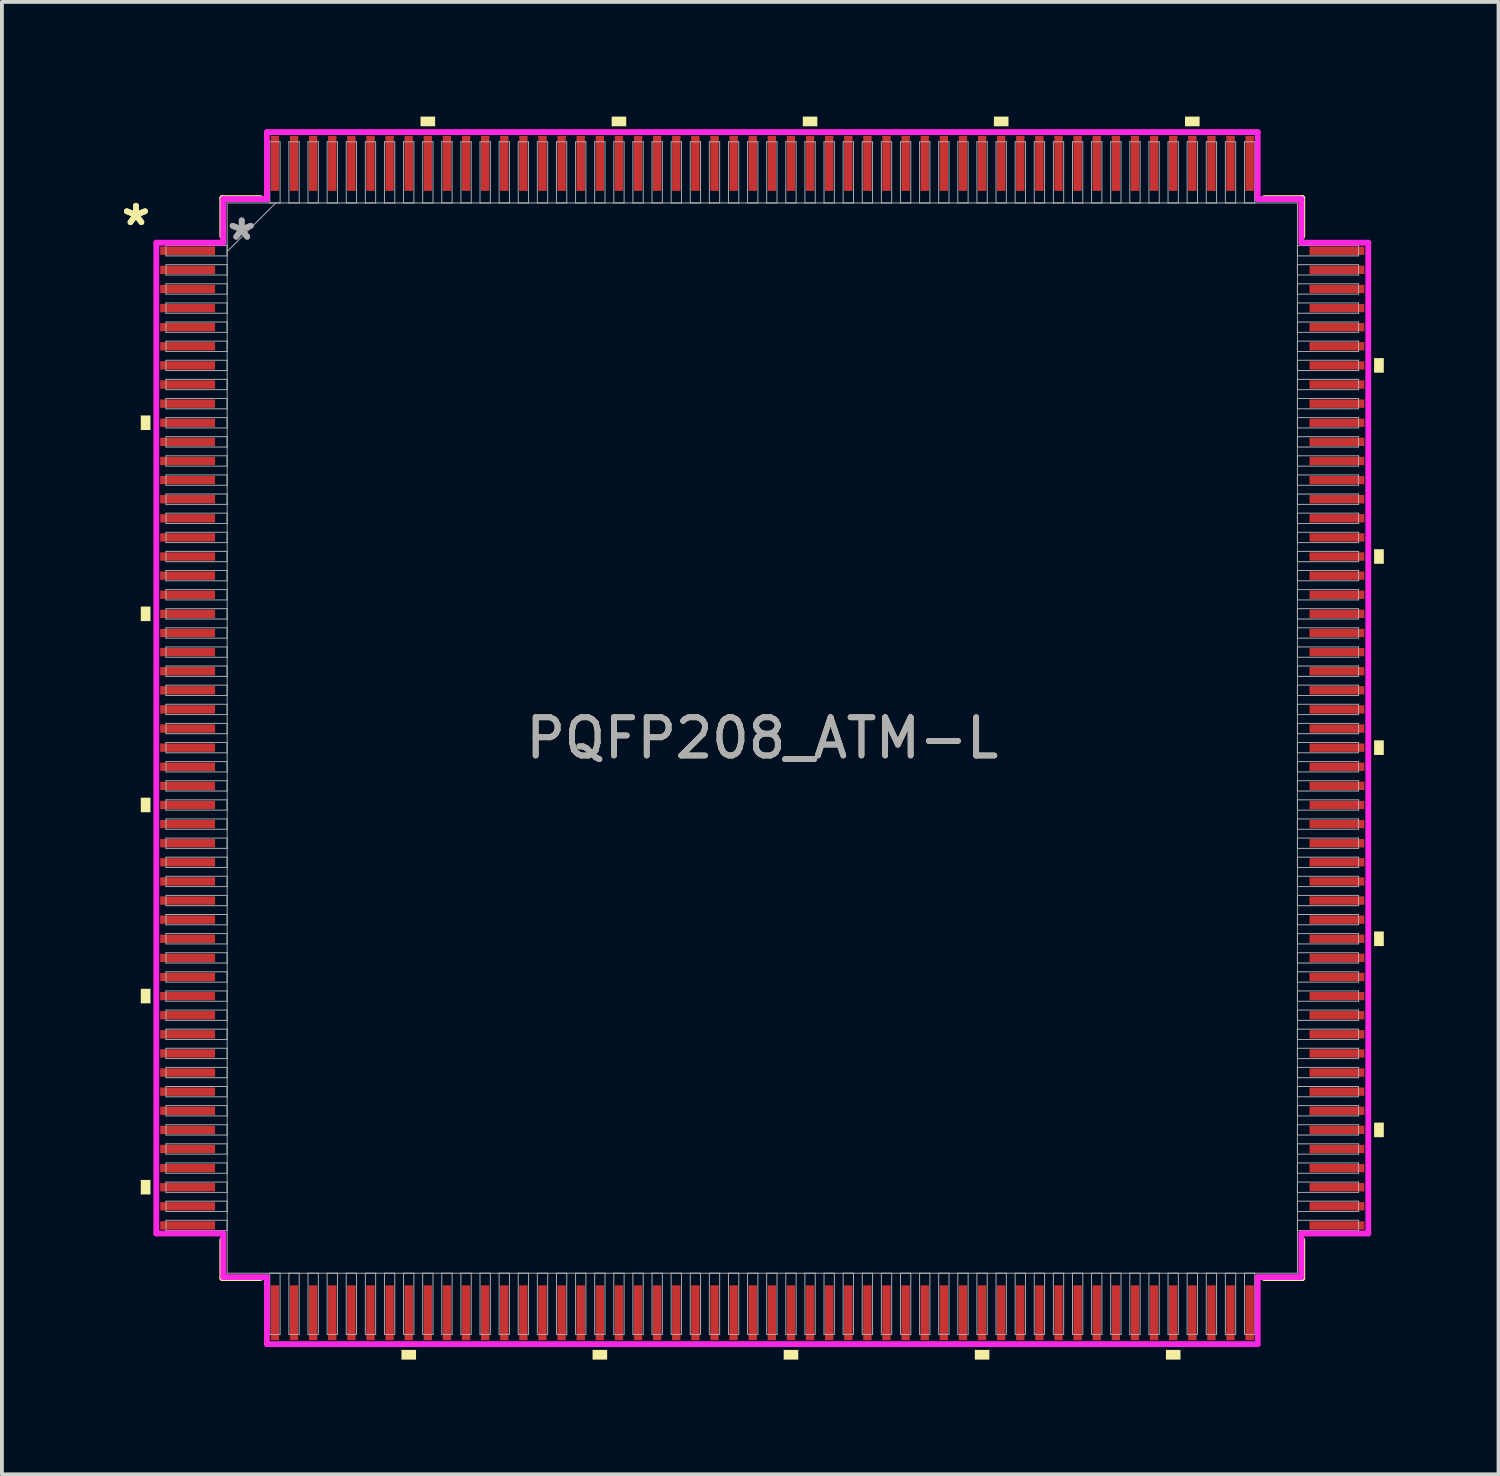
<source format=kicad_pcb>
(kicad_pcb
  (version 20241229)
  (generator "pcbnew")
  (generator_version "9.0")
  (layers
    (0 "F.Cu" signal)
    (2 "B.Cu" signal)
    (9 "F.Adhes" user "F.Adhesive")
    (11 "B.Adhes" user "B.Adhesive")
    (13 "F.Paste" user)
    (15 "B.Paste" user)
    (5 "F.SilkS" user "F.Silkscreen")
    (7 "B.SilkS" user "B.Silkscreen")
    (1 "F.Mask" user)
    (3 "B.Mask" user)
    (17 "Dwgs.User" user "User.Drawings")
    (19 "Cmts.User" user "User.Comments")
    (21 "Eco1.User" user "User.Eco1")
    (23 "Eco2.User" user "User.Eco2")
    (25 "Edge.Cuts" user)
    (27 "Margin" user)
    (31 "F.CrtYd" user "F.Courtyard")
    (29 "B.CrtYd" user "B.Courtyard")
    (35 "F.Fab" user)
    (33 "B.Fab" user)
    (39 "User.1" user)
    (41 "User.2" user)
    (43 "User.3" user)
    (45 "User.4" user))
  (footprint "PQFP208_ATM-L"
    (layer "F.Cu")
    (at 16.893 16.26)
    (property "Reference" "PQFP208_ATM-L" (at 0 0 0) (unlocked yes) (layer "F.SilkS") (effects (font (size 1 1) (thickness 0.15))))
    (attr smd)
    (fp_line (start -14.127 -14.127) (end -14.127 -13.133) (stroke (width 0.152) (type solid)) (layer "F.SilkS"))
    (fp_line (start -14.127 13.133) (end -14.127 14.127) (stroke (width 0.152) (type solid)) (layer "F.SilkS"))
    (fp_line (start -14.127 14.127) (end -13.133 14.127) (stroke (width 0.152) (type solid)) (layer "F.SilkS"))
    (fp_line (start -13.133 -14.127) (end -14.127 -14.127) (stroke (width 0.152) (type solid)) (layer "F.SilkS"))
    (fp_line (start 13.133 14.127) (end 14.127 14.127) (stroke (width 0.152) (type solid)) (layer "F.SilkS"))
    (fp_line (start 14.127 -14.127) (end 13.133 -14.127) (stroke (width 0.152) (type solid)) (layer "F.SilkS"))
    (fp_line (start 14.127 -13.133) (end 14.127 -14.127) (stroke (width 0.152) (type solid)) (layer "F.SilkS"))
    (fp_line (start 14.127 14.127) (end 14.127 13.133) (stroke (width 0.152) (type solid)) (layer "F.SilkS"))
    (fp_poly (pts (xy -16.26 -8.441) (xy -16.26 -8.06) (xy -16.006 -8.06) (xy -16.006 -8.441)) (stroke (width 0) (type solid)) (fill yes) (layer "F.SilkS"))
    (fp_poly (pts (xy -16.26 -3.441) (xy -16.26 -3.06) (xy -16.006 -3.06) (xy -16.006 -3.441)) (stroke (width 0) (type solid)) (fill yes) (layer "F.SilkS"))
    (fp_poly (pts (xy -16.26 1.559) (xy -16.26 1.94) (xy -16.006 1.94) (xy -16.006 1.559)) (stroke (width 0) (type solid)) (fill yes) (layer "F.SilkS"))
    (fp_poly (pts (xy -16.26 6.559) (xy -16.26 6.94) (xy -16.006 6.94) (xy -16.006 6.559)) (stroke (width 0) (type solid)) (fill yes) (layer "F.SilkS"))
    (fp_poly (pts (xy -16.26 11.559) (xy -16.26 11.94) (xy -16.006 11.94) (xy -16.006 11.559)) (stroke (width 0) (type solid)) (fill yes) (layer "F.SilkS"))
    (fp_poly (pts (xy -9.44 16.006) (xy -9.44 16.26) (xy -9.059 16.26) (xy -9.059 16.006)) (stroke (width 0) (type solid)) (fill yes) (layer "F.SilkS"))
    (fp_poly (pts (xy -8.941 -16.006) (xy -8.941 -16.26) (xy -8.559 -16.26) (xy -8.559 -16.006)) (stroke (width 0) (type solid)) (fill yes) (layer "F.SilkS"))
    (fp_poly (pts (xy -4.44 16.006) (xy -4.44 16.26) (xy -4.059 16.26) (xy -4.059 16.006)) (stroke (width 0) (type solid)) (fill yes) (layer "F.SilkS"))
    (fp_poly (pts (xy -3.941 -16.006) (xy -3.941 -16.26) (xy -3.559 -16.26) (xy -3.559 -16.006)) (stroke (width 0) (type solid)) (fill yes) (layer "F.SilkS"))
    (fp_poly (pts (xy 0.56 16.006) (xy 0.56 16.26) (xy 0.941 16.26) (xy 0.941 16.006)) (stroke (width 0) (type solid)) (fill yes) (layer "F.SilkS"))
    (fp_poly (pts (xy 1.06 -16.006) (xy 1.06 -16.26) (xy 1.44 -16.26) (xy 1.44 -16.006)) (stroke (width 0) (type solid)) (fill yes) (layer "F.SilkS"))
    (fp_poly (pts (xy 5.56 16.006) (xy 5.56 16.26) (xy 5.941 16.26) (xy 5.941 16.006)) (stroke (width 0) (type solid)) (fill yes) (layer "F.SilkS"))
    (fp_poly (pts (xy 6.059 -16.006) (xy 6.059 -16.26) (xy 6.441 -16.26) (xy 6.441 -16.006)) (stroke (width 0) (type solid)) (fill yes) (layer "F.SilkS"))
    (fp_poly (pts (xy 10.56 16.006) (xy 10.56 16.26) (xy 10.941 16.26) (xy 10.941 16.006)) (stroke (width 0) (type solid)) (fill yes) (layer "F.SilkS"))
    (fp_poly (pts (xy 11.059 -16.006) (xy 11.059 -16.26) (xy 11.441 -16.26) (xy 11.441 -16.006)) (stroke (width 0) (type solid)) (fill yes) (layer "F.SilkS"))
    (fp_poly (pts (xy 16.26 -9.941) (xy 16.26 -9.56) (xy 16.006 -9.56) (xy 16.006 -9.941)) (stroke (width 0) (type solid)) (fill yes) (layer "F.SilkS"))
    (fp_poly (pts (xy 16.26 -4.941) (xy 16.26 -4.56) (xy 16.006 -4.56) (xy 16.006 -4.941)) (stroke (width 0) (type solid)) (fill yes) (layer "F.SilkS"))
    (fp_poly (pts (xy 16.26 0.059) (xy 16.26 0.441) (xy 16.006 0.441) (xy 16.006 0.059)) (stroke (width 0) (type solid)) (fill yes) (layer "F.SilkS"))
    (fp_poly (pts (xy 16.26 5.059) (xy 16.26 5.441) (xy 16.006 5.441) (xy 16.006 5.059)) (stroke (width 0) (type solid)) (fill yes) (layer "F.SilkS"))
    (fp_poly (pts (xy 16.26 10.059) (xy 16.26 10.441) (xy 16.006 10.441) (xy 16.006 10.059)) (stroke (width 0) (type solid)) (fill yes) (layer "F.SilkS"))
    (fp_line (start -15.854 -12.961) (end -14.102 -12.961) (stroke (width 0.152) (type solid)) (layer "F.CrtYd"))
    (fp_line (start -15.854 12.961) (end -15.854 -12.961) (stroke (width 0.152) (type solid)) (layer "F.CrtYd"))
    (fp_line (start -14.102 -14.102) (end -12.961 -14.102) (stroke (width 0.152) (type solid)) (layer "F.CrtYd"))
    (fp_line (start -14.102 -12.961) (end -14.102 -14.102) (stroke (width 0.152) (type solid)) (layer "F.CrtYd"))
    (fp_line (start -14.102 12.961) (end -15.854 12.961) (stroke (width 0.152) (type solid)) (layer "F.CrtYd"))
    (fp_line (start -14.102 14.102) (end -14.102 12.961) (stroke (width 0.152) (type solid)) (layer "F.CrtYd"))
    (fp_line (start -14.102 14.102) (end -12.961 14.102) (stroke (width 0.152) (type solid)) (layer "F.CrtYd"))
    (fp_line (start -12.961 -15.854) (end 12.961 -15.854) (stroke (width 0.152) (type solid)) (layer "F.CrtYd"))
    (fp_line (start -12.961 -14.102) (end -12.961 -15.854) (stroke (width 0.152) (type solid)) (layer "F.CrtYd"))
    (fp_line (start -12.961 14.102) (end -12.961 15.854) (stroke (width 0.152) (type solid)) (layer "F.CrtYd"))
    (fp_line (start -12.961 15.854) (end 12.961 15.854) (stroke (width 0.152) (type solid)) (layer "F.CrtYd"))
    (fp_line (start 12.961 -15.854) (end 12.961 -14.102) (stroke (width 0.152) (type solid)) (layer "F.CrtYd"))
    (fp_line (start 12.961 -14.102) (end 14.102 -14.102) (stroke (width 0.152) (type solid)) (layer "F.CrtYd"))
    (fp_line (start 12.961 14.102) (end 14.102 14.102) (stroke (width 0.152) (type solid)) (layer "F.CrtYd"))
    (fp_line (start 12.961 15.854) (end 12.961 14.102) (stroke (width 0.152) (type solid)) (layer "F.CrtYd"))
    (fp_line (start 14.102 -12.961) (end 14.102 -14.102) (stroke (width 0.152) (type solid)) (layer "F.CrtYd"))
    (fp_line (start 14.102 12.961) (end 15.854 12.961) (stroke (width 0.152) (type solid)) (layer "F.CrtYd"))
    (fp_line (start 14.102 14.102) (end 14.102 12.961) (stroke (width 0.152) (type solid)) (layer "F.CrtYd"))
    (fp_line (start 15.854 -12.961) (end 14.102 -12.961) (stroke (width 0.152) (type solid)) (layer "F.CrtYd"))
    (fp_line (start 15.854 12.961) (end 15.854 -12.961) (stroke (width 0.152) (type solid)) (layer "F.CrtYd"))
    (fp_line (start -15.6 -12.885) (end -15.6 -12.615) (stroke (width 0.025) (type solid)) (layer "F.Fab"))
    (fp_line (start -15.6 -12.615) (end -14 -12.615) (stroke (width 0.025) (type solid)) (layer "F.Fab"))
    (fp_line (start -15.6 -12.385) (end -15.6 -12.115) (stroke (width 0.025) (type solid)) (layer "F.Fab"))
    (fp_line (start -15.6 -12.115) (end -14 -12.115) (stroke (width 0.025) (type solid)) (layer "F.Fab"))
    (fp_line (start -15.6 -11.885) (end -15.6 -11.615) (stroke (width 0.025) (type solid)) (layer "F.Fab"))
    (fp_line (start -15.6 -11.615) (end -14 -11.615) (stroke (width 0.025) (type solid)) (layer "F.Fab"))
    (fp_line (start -15.6 -11.385) (end -15.6 -11.115) (stroke (width 0.025) (type solid)) (layer "F.Fab"))
    (fp_line (start -15.6 -11.115) (end -14 -11.115) (stroke (width 0.025) (type solid)) (layer "F.Fab"))
    (fp_line (start -15.6 -10.885) (end -15.6 -10.615) (stroke (width 0.025) (type solid)) (layer "F.Fab"))
    (fp_line (start -15.6 -10.615) (end -14 -10.615) (stroke (width 0.025) (type solid)) (layer "F.Fab"))
    (fp_line (start -15.6 -10.385) (end -15.6 -10.115) (stroke (width 0.025) (type solid)) (layer "F.Fab"))
    (fp_line (start -15.6 -10.115) (end -14 -10.115) (stroke (width 0.025) (type solid)) (layer "F.Fab"))
    (fp_line (start -15.6 -9.885) (end -15.6 -9.615) (stroke (width 0.025) (type solid)) (layer "F.Fab"))
    (fp_line (start -15.6 -9.615) (end -14 -9.615) (stroke (width 0.025) (type solid)) (layer "F.Fab"))
    (fp_line (start -15.6 -9.385) (end -15.6 -9.115) (stroke (width 0.025) (type solid)) (layer "F.Fab"))
    (fp_line (start -15.6 -9.115) (end -14 -9.115) (stroke (width 0.025) (type solid)) (layer "F.Fab"))
    (fp_line (start -15.6 -8.885) (end -15.6 -8.615) (stroke (width 0.025) (type solid)) (layer "F.Fab"))
    (fp_line (start -15.6 -8.615) (end -14 -8.615) (stroke (width 0.025) (type solid)) (layer "F.Fab"))
    (fp_line (start -15.6 -8.385) (end -15.6 -8.115) (stroke (width 0.025) (type solid)) (layer "F.Fab"))
    (fp_line (start -15.6 -8.115) (end -14 -8.115) (stroke (width 0.025) (type solid)) (layer "F.Fab"))
    (fp_line (start -15.6 -7.885) (end -15.6 -7.615) (stroke (width 0.025) (type solid)) (layer "F.Fab"))
    (fp_line (start -15.6 -7.615) (end -14 -7.615) (stroke (width 0.025) (type solid)) (layer "F.Fab"))
    (fp_line (start -15.6 -7.385) (end -15.6 -7.115) (stroke (width 0.025) (type solid)) (layer "F.Fab"))
    (fp_line (start -15.6 -7.115) (end -14 -7.115) (stroke (width 0.025) (type solid)) (layer "F.Fab"))
    (fp_line (start -15.6 -6.885) (end -15.6 -6.615) (stroke (width 0.025) (type solid)) (layer "F.Fab"))
    (fp_line (start -15.6 -6.615) (end -14 -6.615) (stroke (width 0.025) (type solid)) (layer "F.Fab"))
    (fp_line (start -15.6 -6.385) (end -15.6 -6.115) (stroke (width 0.025) (type solid)) (layer "F.Fab"))
    (fp_line (start -15.6 -6.115) (end -14 -6.115) (stroke (width 0.025) (type solid)) (layer "F.Fab"))
    (fp_line (start -15.6 -5.885) (end -15.6 -5.615) (stroke (width 0.025) (type solid)) (layer "F.Fab"))
    (fp_line (start -15.6 -5.615) (end -14 -5.615) (stroke (width 0.025) (type solid)) (layer "F.Fab"))
    (fp_line (start -15.6 -5.385) (end -15.6 -5.115) (stroke (width 0.025) (type solid)) (layer "F.Fab"))
    (fp_line (start -15.6 -5.115) (end -14 -5.115) (stroke (width 0.025) (type solid)) (layer "F.Fab"))
    (fp_line (start -15.6 -4.885) (end -15.6 -4.615) (stroke (width 0.025) (type solid)) (layer "F.Fab"))
    (fp_line (start -15.6 -4.615) (end -14 -4.615) (stroke (width 0.025) (type solid)) (layer "F.Fab"))
    (fp_line (start -15.6 -4.385) (end -15.6 -4.115) (stroke (width 0.025) (type solid)) (layer "F.Fab"))
    (fp_line (start -15.6 -4.115) (end -14 -4.115) (stroke (width 0.025) (type solid)) (layer "F.Fab"))
    (fp_line (start -15.6 -3.885) (end -15.6 -3.615) (stroke (width 0.025) (type solid)) (layer "F.Fab"))
    (fp_line (start -15.6 -3.615) (end -14 -3.615) (stroke (width 0.025) (type solid)) (layer "F.Fab"))
    (fp_line (start -15.6 -3.385) (end -15.6 -3.115) (stroke (width 0.025) (type solid)) (layer "F.Fab"))
    (fp_line (start -15.6 -3.115) (end -14 -3.115) (stroke (width 0.025) (type solid)) (layer "F.Fab"))
    (fp_line (start -15.6 -2.885) (end -15.6 -2.615) (stroke (width 0.025) (type solid)) (layer "F.Fab"))
    (fp_line (start -15.6 -2.615) (end -14 -2.615) (stroke (width 0.025) (type solid)) (layer "F.Fab"))
    (fp_line (start -15.6 -2.385) (end -15.6 -2.115) (stroke (width 0.025) (type solid)) (layer "F.Fab"))
    (fp_line (start -15.6 -2.115) (end -14 -2.115) (stroke (width 0.025) (type solid)) (layer "F.Fab"))
    (fp_line (start -15.6 -1.885) (end -15.6 -1.615) (stroke (width 0.025) (type solid)) (layer "F.Fab"))
    (fp_line (start -15.6 -1.615) (end -14 -1.615) (stroke (width 0.025) (type solid)) (layer "F.Fab"))
    (fp_line (start -15.6 -1.385) (end -15.6 -1.115) (stroke (width 0.025) (type solid)) (layer "F.Fab"))
    (fp_line (start -15.6 -1.115) (end -14 -1.115) (stroke (width 0.025) (type solid)) (layer "F.Fab"))
    (fp_line (start -15.6 -0.885) (end -15.6 -0.615) (stroke (width 0.025) (type solid)) (layer "F.Fab"))
    (fp_line (start -15.6 -0.615) (end -14 -0.615) (stroke (width 0.025) (type solid)) (layer "F.Fab"))
    (fp_line (start -15.6 -0.385) (end -15.6 -0.115) (stroke (width 0.025) (type solid)) (layer "F.Fab"))
    (fp_line (start -15.6 -0.115) (end -14 -0.115) (stroke (width 0.025) (type solid)) (layer "F.Fab"))
    (fp_line (start -15.6 0.115) (end -15.6 0.385) (stroke (width 0.025) (type solid)) (layer "F.Fab"))
    (fp_line (start -15.6 0.385) (end -14 0.385) (stroke (width 0.025) (type solid)) (layer "F.Fab"))
    (fp_line (start -15.6 0.615) (end -15.6 0.885) (stroke (width 0.025) (type solid)) (layer "F.Fab"))
    (fp_line (start -15.6 0.885) (end -14 0.885) (stroke (width 0.025) (type solid)) (layer "F.Fab"))
    (fp_line (start -15.6 1.115) (end -15.6 1.385) (stroke (width 0.025) (type solid)) (layer "F.Fab"))
    (fp_line (start -15.6 1.385) (end -14 1.385) (stroke (width 0.025) (type solid)) (layer "F.Fab"))
    (fp_line (start -15.6 1.615) (end -15.6 1.885) (stroke (width 0.025) (type solid)) (layer "F.Fab"))
    (fp_line (start -15.6 1.885) (end -14 1.885) (stroke (width 0.025) (type solid)) (layer "F.Fab"))
    (fp_line (start -15.6 2.115) (end -15.6 2.385) (stroke (width 0.025) (type solid)) (layer "F.Fab"))
    (fp_line (start -15.6 2.385) (end -14 2.385) (stroke (width 0.025) (type solid)) (layer "F.Fab"))
    (fp_line (start -15.6 2.615) (end -15.6 2.885) (stroke (width 0.025) (type solid)) (layer "F.Fab"))
    (fp_line (start -15.6 2.885) (end -14 2.885) (stroke (width 0.025) (type solid)) (layer "F.Fab"))
    (fp_line (start -15.6 3.115) (end -15.6 3.385) (stroke (width 0.025) (type solid)) (layer "F.Fab"))
    (fp_line (start -15.6 3.385) (end -14 3.385) (stroke (width 0.025) (type solid)) (layer "F.Fab"))
    (fp_line (start -15.6 3.615) (end -15.6 3.885) (stroke (width 0.025) (type solid)) (layer "F.Fab"))
    (fp_line (start -15.6 3.885) (end -14 3.885) (stroke (width 0.025) (type solid)) (layer "F.Fab"))
    (fp_line (start -15.6 4.115) (end -15.6 4.385) (stroke (width 0.025) (type solid)) (layer "F.Fab"))
    (fp_line (start -15.6 4.385) (end -14 4.385) (stroke (width 0.025) (type solid)) (layer "F.Fab"))
    (fp_line (start -15.6 4.615) (end -15.6 4.885) (stroke (width 0.025) (type solid)) (layer "F.Fab"))
    (fp_line (start -15.6 4.885) (end -14 4.885) (stroke (width 0.025) (type solid)) (layer "F.Fab"))
    (fp_line (start -15.6 5.115) (end -15.6 5.385) (stroke (width 0.025) (type solid)) (layer "F.Fab"))
    (fp_line (start -15.6 5.385) (end -14 5.385) (stroke (width 0.025) (type solid)) (layer "F.Fab"))
    (fp_line (start -15.6 5.615) (end -15.6 5.885) (stroke (width 0.025) (type solid)) (layer "F.Fab"))
    (fp_line (start -15.6 5.885) (end -14 5.885) (stroke (width 0.025) (type solid)) (layer "F.Fab"))
    (fp_line (start -15.6 6.115) (end -15.6 6.385) (stroke (width 0.025) (type solid)) (layer "F.Fab"))
    (fp_line (start -15.6 6.385) (end -14 6.385) (stroke (width 0.025) (type solid)) (layer "F.Fab"))
    (fp_line (start -15.6 6.615) (end -15.6 6.885) (stroke (width 0.025) (type solid)) (layer "F.Fab"))
    (fp_line (start -15.6 6.885) (end -14 6.885) (stroke (width 0.025) (type solid)) (layer "F.Fab"))
    (fp_line (start -15.6 7.115) (end -15.6 7.385) (stroke (width 0.025) (type solid)) (layer "F.Fab"))
    (fp_line (start -15.6 7.385) (end -14 7.385) (stroke (width 0.025) (type solid)) (layer "F.Fab"))
    (fp_line (start -15.6 7.615) (end -15.6 7.885) (stroke (width 0.025) (type solid)) (layer "F.Fab"))
    (fp_line (start -15.6 7.885) (end -14 7.885) (stroke (width 0.025) (type solid)) (layer "F.Fab"))
    (fp_line (start -15.6 8.115) (end -15.6 8.385) (stroke (width 0.025) (type solid)) (layer "F.Fab"))
    (fp_line (start -15.6 8.385) (end -14 8.385) (stroke (width 0.025) (type solid)) (layer "F.Fab"))
    (fp_line (start -15.6 8.615) (end -15.6 8.885) (stroke (width 0.025) (type solid)) (layer "F.Fab"))
    (fp_line (start -15.6 8.885) (end -14 8.885) (stroke (width 0.025) (type solid)) (layer "F.Fab"))
    (fp_line (start -15.6 9.115) (end -15.6 9.385) (stroke (width 0.025) (type solid)) (layer "F.Fab"))
    (fp_line (start -15.6 9.385) (end -14 9.385) (stroke (width 0.025) (type solid)) (layer "F.Fab"))
    (fp_line (start -15.6 9.615) (end -15.6 9.885) (stroke (width 0.025) (type solid)) (layer "F.Fab"))
    (fp_line (start -15.6 9.885) (end -14 9.885) (stroke (width 0.025) (type solid)) (layer "F.Fab"))
    (fp_line (start -15.6 10.115) (end -15.6 10.385) (stroke (width 0.025) (type solid)) (layer "F.Fab"))
    (fp_line (start -15.6 10.385) (end -14 10.385) (stroke (width 0.025) (type solid)) (layer "F.Fab"))
    (fp_line (start -15.6 10.615) (end -15.6 10.885) (stroke (width 0.025) (type solid)) (layer "F.Fab"))
    (fp_line (start -15.6 10.885) (end -14 10.885) (stroke (width 0.025) (type solid)) (layer "F.Fab"))
    (fp_line (start -15.6 11.115) (end -15.6 11.385) (stroke (width 0.025) (type solid)) (layer "F.Fab"))
    (fp_line (start -15.6 11.385) (end -14 11.385) (stroke (width 0.025) (type solid)) (layer "F.Fab"))
    (fp_line (start -15.6 11.615) (end -15.6 11.885) (stroke (width 0.025) (type solid)) (layer "F.Fab"))
    (fp_line (start -15.6 11.885) (end -14 11.885) (stroke (width 0.025) (type solid)) (layer "F.Fab"))
    (fp_line (start -15.6 12.115) (end -15.6 12.385) (stroke (width 0.025) (type solid)) (layer "F.Fab"))
    (fp_line (start -15.6 12.385) (end -14 12.385) (stroke (width 0.025) (type solid)) (layer "F.Fab"))
    (fp_line (start -15.6 12.615) (end -15.6 12.885) (stroke (width 0.025) (type solid)) (layer "F.Fab"))
    (fp_line (start -15.6 12.885) (end -14 12.885) (stroke (width 0.025) (type solid)) (layer "F.Fab"))
    (fp_line (start -14 -14) (end -14 14) (stroke (width 0.025) (type solid)) (layer "F.Fab"))
    (fp_line (start -14 -12.885) (end -15.6 -12.885) (stroke (width 0.025) (type solid)) (layer "F.Fab"))
    (fp_line (start -14 -12.73) (end -12.73 -14) (stroke (width 0.025) (type solid)) (layer "F.Fab"))
    (fp_line (start -14 -12.615) (end -14 -12.885) (stroke (width 0.025) (type solid)) (layer "F.Fab"))
    (fp_line (start -14 -12.385) (end -15.6 -12.385) (stroke (width 0.025) (type solid)) (layer "F.Fab"))
    (fp_line (start -14 -12.115) (end -14 -12.385) (stroke (width 0.025) (type solid)) (layer "F.Fab"))
    (fp_line (start -14 -11.885) (end -15.6 -11.885) (stroke (width 0.025) (type solid)) (layer "F.Fab"))
    (fp_line (start -14 -11.615) (end -14 -11.885) (stroke (width 0.025) (type solid)) (layer "F.Fab"))
    (fp_line (start -14 -11.385) (end -15.6 -11.385) (stroke (width 0.025) (type solid)) (layer "F.Fab"))
    (fp_line (start -14 -11.115) (end -14 -11.385) (stroke (width 0.025) (type solid)) (layer "F.Fab"))
    (fp_line (start -14 -10.885) (end -15.6 -10.885) (stroke (width 0.025) (type solid)) (layer "F.Fab"))
    (fp_line (start -14 -10.615) (end -14 -10.885) (stroke (width 0.025) (type solid)) (layer "F.Fab"))
    (fp_line (start -14 -10.385) (end -15.6 -10.385) (stroke (width 0.025) (type solid)) (layer "F.Fab"))
    (fp_line (start -14 -10.115) (end -14 -10.385) (stroke (width 0.025) (type solid)) (layer "F.Fab"))
    (fp_line (start -14 -9.885) (end -15.6 -9.885) (stroke (width 0.025) (type solid)) (layer "F.Fab"))
    (fp_line (start -14 -9.615) (end -14 -9.885) (stroke (width 0.025) (type solid)) (layer "F.Fab"))
    (fp_line (start -14 -9.385) (end -15.6 -9.385) (stroke (width 0.025) (type solid)) (layer "F.Fab"))
    (fp_line (start -14 -9.115) (end -14 -9.385) (stroke (width 0.025) (type solid)) (layer "F.Fab"))
    (fp_line (start -14 -8.885) (end -15.6 -8.885) (stroke (width 0.025) (type solid)) (layer "F.Fab"))
    (fp_line (start -14 -8.615) (end -14 -8.885) (stroke (width 0.025) (type solid)) (layer "F.Fab"))
    (fp_line (start -14 -8.385) (end -15.6 -8.385) (stroke (width 0.025) (type solid)) (layer "F.Fab"))
    (fp_line (start -14 -8.115) (end -14 -8.385) (stroke (width 0.025) (type solid)) (layer "F.Fab"))
    (fp_line (start -14 -7.885) (end -15.6 -7.885) (stroke (width 0.025) (type solid)) (layer "F.Fab"))
    (fp_line (start -14 -7.615) (end -14 -7.885) (stroke (width 0.025) (type solid)) (layer "F.Fab"))
    (fp_line (start -14 -7.385) (end -15.6 -7.385) (stroke (width 0.025) (type solid)) (layer "F.Fab"))
    (fp_line (start -14 -7.115) (end -14 -7.385) (stroke (width 0.025) (type solid)) (layer "F.Fab"))
    (fp_line (start -14 -6.885) (end -15.6 -6.885) (stroke (width 0.025) (type solid)) (layer "F.Fab"))
    (fp_line (start -14 -6.615) (end -14 -6.885) (stroke (width 0.025) (type solid)) (layer "F.Fab"))
    (fp_line (start -14 -6.385) (end -15.6 -6.385) (stroke (width 0.025) (type solid)) (layer "F.Fab"))
    (fp_line (start -14 -6.115) (end -14 -6.385) (stroke (width 0.025) (type solid)) (layer "F.Fab"))
    (fp_line (start -14 -5.885) (end -15.6 -5.885) (stroke (width 0.025) (type solid)) (layer "F.Fab"))
    (fp_line (start -14 -5.615) (end -14 -5.885) (stroke (width 0.025) (type solid)) (layer "F.Fab"))
    (fp_line (start -14 -5.385) (end -15.6 -5.385) (stroke (width 0.025) (type solid)) (layer "F.Fab"))
    (fp_line (start -14 -5.115) (end -14 -5.385) (stroke (width 0.025) (type solid)) (layer "F.Fab"))
    (fp_line (start -14 -4.885) (end -15.6 -4.885) (stroke (width 0.025) (type solid)) (layer "F.Fab"))
    (fp_line (start -14 -4.615) (end -14 -4.885) (stroke (width 0.025) (type solid)) (layer "F.Fab"))
    (fp_line (start -14 -4.385) (end -15.6 -4.385) (stroke (width 0.025) (type solid)) (layer "F.Fab"))
    (fp_line (start -14 -4.115) (end -14 -4.385) (stroke (width 0.025) (type solid)) (layer "F.Fab"))
    (fp_line (start -14 -3.885) (end -15.6 -3.885) (stroke (width 0.025) (type solid)) (layer "F.Fab"))
    (fp_line (start -14 -3.615) (end -14 -3.885) (stroke (width 0.025) (type solid)) (layer "F.Fab"))
    (fp_line (start -14 -3.385) (end -15.6 -3.385) (stroke (width 0.025) (type solid)) (layer "F.Fab"))
    (fp_line (start -14 -3.115) (end -14 -3.385) (stroke (width 0.025) (type solid)) (layer "F.Fab"))
    (fp_line (start -14 -2.885) (end -15.6 -2.885) (stroke (width 0.025) (type solid)) (layer "F.Fab"))
    (fp_line (start -14 -2.615) (end -14 -2.885) (stroke (width 0.025) (type solid)) (layer "F.Fab"))
    (fp_line (start -14 -2.385) (end -15.6 -2.385) (stroke (width 0.025) (type solid)) (layer "F.Fab"))
    (fp_line (start -14 -2.115) (end -14 -2.385) (stroke (width 0.025) (type solid)) (layer "F.Fab"))
    (fp_line (start -14 -1.885) (end -15.6 -1.885) (stroke (width 0.025) (type solid)) (layer "F.Fab"))
    (fp_line (start -14 -1.615) (end -14 -1.885) (stroke (width 0.025) (type solid)) (layer "F.Fab"))
    (fp_line (start -14 -1.385) (end -15.6 -1.385) (stroke (width 0.025) (type solid)) (layer "F.Fab"))
    (fp_line (start -14 -1.115) (end -14 -1.385) (stroke (width 0.025) (type solid)) (layer "F.Fab"))
    (fp_line (start -14 -0.885) (end -15.6 -0.885) (stroke (width 0.025) (type solid)) (layer "F.Fab"))
    (fp_line (start -14 -0.615) (end -14 -0.885) (stroke (width 0.025) (type solid)) (layer "F.Fab"))
    (fp_line (start -14 -0.385) (end -15.6 -0.385) (stroke (width 0.025) (type solid)) (layer "F.Fab"))
    (fp_line (start -14 -0.115) (end -14 -0.385) (stroke (width 0.025) (type solid)) (layer "F.Fab"))
    (fp_line (start -14 0.115) (end -15.6 0.115) (stroke (width 0.025) (type solid)) (layer "F.Fab"))
    (fp_line (start -14 0.385) (end -14 0.115) (stroke (width 0.025) (type solid)) (layer "F.Fab"))
    (fp_line (start -14 0.615) (end -15.6 0.615) (stroke (width 0.025) (type solid)) (layer "F.Fab"))
    (fp_line (start -14 0.885) (end -14 0.615) (stroke (width 0.025) (type solid)) (layer "F.Fab"))
    (fp_line (start -14 1.115) (end -15.6 1.115) (stroke (width 0.025) (type solid)) (layer "F.Fab"))
    (fp_line (start -14 1.385) (end -14 1.115) (stroke (width 0.025) (type solid)) (layer "F.Fab"))
    (fp_line (start -14 1.615) (end -15.6 1.615) (stroke (width 0.025) (type solid)) (layer "F.Fab"))
    (fp_line (start -14 1.885) (end -14 1.615) (stroke (width 0.025) (type solid)) (layer "F.Fab"))
    (fp_line (start -14 2.115) (end -15.6 2.115) (stroke (width 0.025) (type solid)) (layer "F.Fab"))
    (fp_line (start -14 2.385) (end -14 2.115) (stroke (width 0.025) (type solid)) (layer "F.Fab"))
    (fp_line (start -14 2.615) (end -15.6 2.615) (stroke (width 0.025) (type solid)) (layer "F.Fab"))
    (fp_line (start -14 2.885) (end -14 2.615) (stroke (width 0.025) (type solid)) (layer "F.Fab"))
    (fp_line (start -14 3.115) (end -15.6 3.115) (stroke (width 0.025) (type solid)) (layer "F.Fab"))
    (fp_line (start -14 3.385) (end -14 3.115) (stroke (width 0.025) (type solid)) (layer "F.Fab"))
    (fp_line (start -14 3.615) (end -15.6 3.615) (stroke (width 0.025) (type solid)) (layer "F.Fab"))
    (fp_line (start -14 3.885) (end -14 3.615) (stroke (width 0.025) (type solid)) (layer "F.Fab"))
    (fp_line (start -14 4.115) (end -15.6 4.115) (stroke (width 0.025) (type solid)) (layer "F.Fab"))
    (fp_line (start -14 4.385) (end -14 4.115) (stroke (width 0.025) (type solid)) (layer "F.Fab"))
    (fp_line (start -14 4.615) (end -15.6 4.615) (stroke (width 0.025) (type solid)) (layer "F.Fab"))
    (fp_line (start -14 4.885) (end -14 4.615) (stroke (width 0.025) (type solid)) (layer "F.Fab"))
    (fp_line (start -14 5.115) (end -15.6 5.115) (stroke (width 0.025) (type solid)) (layer "F.Fab"))
    (fp_line (start -14 5.385) (end -14 5.115) (stroke (width 0.025) (type solid)) (layer "F.Fab"))
    (fp_line (start -14 5.615) (end -15.6 5.615) (stroke (width 0.025) (type solid)) (layer "F.Fab"))
    (fp_line (start -14 5.885) (end -14 5.615) (stroke (width 0.025) (type solid)) (layer "F.Fab"))
    (fp_line (start -14 6.115) (end -15.6 6.115) (stroke (width 0.025) (type solid)) (layer "F.Fab"))
    (fp_line (start -14 6.385) (end -14 6.115) (stroke (width 0.025) (type solid)) (layer "F.Fab"))
    (fp_line (start -14 6.615) (end -15.6 6.615) (stroke (width 0.025) (type solid)) (layer "F.Fab"))
    (fp_line (start -14 6.885) (end -14 6.615) (stroke (width 0.025) (type solid)) (layer "F.Fab"))
    (fp_line (start -14 7.115) (end -15.6 7.115) (stroke (width 0.025) (type solid)) (layer "F.Fab"))
    (fp_line (start -14 7.385) (end -14 7.115) (stroke (width 0.025) (type solid)) (layer "F.Fab"))
    (fp_line (start -14 7.615) (end -15.6 7.615) (stroke (width 0.025) (type solid)) (layer "F.Fab"))
    (fp_line (start -14 7.885) (end -14 7.615) (stroke (width 0.025) (type solid)) (layer "F.Fab"))
    (fp_line (start -14 8.115) (end -15.6 8.115) (stroke (width 0.025) (type solid)) (layer "F.Fab"))
    (fp_line (start -14 8.385) (end -14 8.115) (stroke (width 0.025) (type solid)) (layer "F.Fab"))
    (fp_line (start -14 8.615) (end -15.6 8.615) (stroke (width 0.025) (type solid)) (layer "F.Fab"))
    (fp_line (start -14 8.885) (end -14 8.615) (stroke (width 0.025) (type solid)) (layer "F.Fab"))
    (fp_line (start -14 9.115) (end -15.6 9.115) (stroke (width 0.025) (type solid)) (layer "F.Fab"))
    (fp_line (start -14 9.385) (end -14 9.115) (stroke (width 0.025) (type solid)) (layer "F.Fab"))
    (fp_line (start -14 9.615) (end -15.6 9.615) (stroke (width 0.025) (type solid)) (layer "F.Fab"))
    (fp_line (start -14 9.885) (end -14 9.615) (stroke (width 0.025) (type solid)) (layer "F.Fab"))
    (fp_line (start -14 10.115) (end -15.6 10.115) (stroke (width 0.025) (type solid)) (layer "F.Fab"))
    (fp_line (start -14 10.385) (end -14 10.115) (stroke (width 0.025) (type solid)) (layer "F.Fab"))
    (fp_line (start -14 10.615) (end -15.6 10.615) (stroke (width 0.025) (type solid)) (layer "F.Fab"))
    (fp_line (start -14 10.885) (end -14 10.615) (stroke (width 0.025) (type solid)) (layer "F.Fab"))
    (fp_line (start -14 11.115) (end -15.6 11.115) (stroke (width 0.025) (type solid)) (layer "F.Fab"))
    (fp_line (start -14 11.385) (end -14 11.115) (stroke (width 0.025) (type solid)) (layer "F.Fab"))
    (fp_line (start -14 11.615) (end -15.6 11.615) (stroke (width 0.025) (type solid)) (layer "F.Fab"))
    (fp_line (start -14 11.885) (end -14 11.615) (stroke (width 0.025) (type solid)) (layer "F.Fab"))
    (fp_line (start -14 12.115) (end -15.6 12.115) (stroke (width 0.025) (type solid)) (layer "F.Fab"))
    (fp_line (start -14 12.385) (end -14 12.115) (stroke (width 0.025) (type solid)) (layer "F.Fab"))
    (fp_line (start -14 12.615) (end -15.6 12.615) (stroke (width 0.025) (type solid)) (layer "F.Fab"))
    (fp_line (start -14 12.885) (end -14 12.615) (stroke (width 0.025) (type solid)) (layer "F.Fab"))
    (fp_line (start -14 14) (end 14 14) (stroke (width 0.025) (type solid)) (layer "F.Fab"))
    (fp_line (start -12.885 -15.6) (end -12.885 -14) (stroke (width 0.025) (type solid)) (layer "F.Fab"))
    (fp_line (start -12.885 -14) (end -12.615 -14) (stroke (width 0.025) (type solid)) (layer "F.Fab"))
    (fp_line (start -12.885 14) (end -12.885 15.6) (stroke (width 0.025) (type solid)) (layer "F.Fab"))
    (fp_line (start -12.885 15.6) (end -12.615 15.6) (stroke (width 0.025) (type solid)) (layer "F.Fab"))
    (fp_line (start -12.615 -15.6) (end -12.885 -15.6) (stroke (width 0.025) (type solid)) (layer "F.Fab"))
    (fp_line (start -12.615 -14) (end -12.615 -15.6) (stroke (width 0.025) (type solid)) (layer "F.Fab"))
    (fp_line (start -12.615 14) (end -12.885 14) (stroke (width 0.025) (type solid)) (layer "F.Fab"))
    (fp_line (start -12.615 15.6) (end -12.615 14) (stroke (width 0.025) (type solid)) (layer "F.Fab"))
    (fp_line (start -12.385 -15.6) (end -12.385 -14) (stroke (width 0.025) (type solid)) (layer "F.Fab"))
    (fp_line (start -12.385 -14) (end -12.115 -14) (stroke (width 0.025) (type solid)) (layer "F.Fab"))
    (fp_line (start -12.385 14) (end -12.385 15.6) (stroke (width 0.025) (type solid)) (layer "F.Fab"))
    (fp_line (start -12.385 15.6) (end -12.115 15.6) (stroke (width 0.025) (type solid)) (layer "F.Fab"))
    (fp_line (start -12.115 -15.6) (end -12.385 -15.6) (stroke (width 0.025) (type solid)) (layer "F.Fab"))
    (fp_line (start -12.115 -14) (end -12.115 -15.6) (stroke (width 0.025) (type solid)) (layer "F.Fab"))
    (fp_line (start -12.115 14) (end -12.385 14) (stroke (width 0.025) (type solid)) (layer "F.Fab"))
    (fp_line (start -12.115 15.6) (end -12.115 14) (stroke (width 0.025) (type solid)) (layer "F.Fab"))
    (fp_line (start -11.885 -15.6) (end -11.885 -14) (stroke (width 0.025) (type solid)) (layer "F.Fab"))
    (fp_line (start -11.885 -14) (end -11.615 -14) (stroke (width 0.025) (type solid)) (layer "F.Fab"))
    (fp_line (start -11.885 14) (end -11.885 15.6) (stroke (width 0.025) (type solid)) (layer "F.Fab"))
    (fp_line (start -11.885 15.6) (end -11.615 15.6) (stroke (width 0.025) (type solid)) (layer "F.Fab"))
    (fp_line (start -11.615 -15.6) (end -11.885 -15.6) (stroke (width 0.025) (type solid)) (layer "F.Fab"))
    (fp_line (start -11.615 -14) (end -11.615 -15.6) (stroke (width 0.025) (type solid)) (layer "F.Fab"))
    (fp_line (start -11.615 14) (end -11.885 14) (stroke (width 0.025) (type solid)) (layer "F.Fab"))
    (fp_line (start -11.615 15.6) (end -11.615 14) (stroke (width 0.025) (type solid)) (layer "F.Fab"))
    (fp_line (start -11.385 -15.6) (end -11.385 -14) (stroke (width 0.025) (type solid)) (layer "F.Fab"))
    (fp_line (start -11.385 -14) (end -11.115 -14) (stroke (width 0.025) (type solid)) (layer "F.Fab"))
    (fp_line (start -11.385 14) (end -11.385 15.6) (stroke (width 0.025) (type solid)) (layer "F.Fab"))
    (fp_line (start -11.385 15.6) (end -11.115 15.6) (stroke (width 0.025) (type solid)) (layer "F.Fab"))
    (fp_line (start -11.115 -15.6) (end -11.385 -15.6) (stroke (width 0.025) (type solid)) (layer "F.Fab"))
    (fp_line (start -11.115 -14) (end -11.115 -15.6) (stroke (width 0.025) (type solid)) (layer "F.Fab"))
    (fp_line (start -11.115 14) (end -11.385 14) (stroke (width 0.025) (type solid)) (layer "F.Fab"))
    (fp_line (start -11.115 15.6) (end -11.115 14) (stroke (width 0.025) (type solid)) (layer "F.Fab"))
    (fp_line (start -10.885 -15.6) (end -10.885 -14) (stroke (width 0.025) (type solid)) (layer "F.Fab"))
    (fp_line (start -10.885 -14) (end -10.615 -14) (stroke (width 0.025) (type solid)) (layer "F.Fab"))
    (fp_line (start -10.885 14) (end -10.885 15.6) (stroke (width 0.025) (type solid)) (layer "F.Fab"))
    (fp_line (start -10.885 15.6) (end -10.615 15.6) (stroke (width 0.025) (type solid)) (layer "F.Fab"))
    (fp_line (start -10.615 -15.6) (end -10.885 -15.6) (stroke (width 0.025) (type solid)) (layer "F.Fab"))
    (fp_line (start -10.615 -14) (end -10.615 -15.6) (stroke (width 0.025) (type solid)) (layer "F.Fab"))
    (fp_line (start -10.615 14) (end -10.885 14) (stroke (width 0.025) (type solid)) (layer "F.Fab"))
    (fp_line (start -10.615 15.6) (end -10.615 14) (stroke (width 0.025) (type solid)) (layer "F.Fab"))
    (fp_line (start -10.385 -15.6) (end -10.385 -14) (stroke (width 0.025) (type solid)) (layer "F.Fab"))
    (fp_line (start -10.385 -14) (end -10.115 -14) (stroke (width 0.025) (type solid)) (layer "F.Fab"))
    (fp_line (start -10.385 14) (end -10.385 15.6) (stroke (width 0.025) (type solid)) (layer "F.Fab"))
    (fp_line (start -10.385 15.6) (end -10.115 15.6) (stroke (width 0.025) (type solid)) (layer "F.Fab"))
    (fp_line (start -10.115 -15.6) (end -10.385 -15.6) (stroke (width 0.025) (type solid)) (layer "F.Fab"))
    (fp_line (start -10.115 -14) (end -10.115 -15.6) (stroke (width 0.025) (type solid)) (layer "F.Fab"))
    (fp_line (start -10.115 14) (end -10.385 14) (stroke (width 0.025) (type solid)) (layer "F.Fab"))
    (fp_line (start -10.115 15.6) (end -10.115 14) (stroke (width 0.025) (type solid)) (layer "F.Fab"))
    (fp_line (start -9.885 -15.6) (end -9.885 -14) (stroke (width 0.025) (type solid)) (layer "F.Fab"))
    (fp_line (start -9.885 -14) (end -9.615 -14) (stroke (width 0.025) (type solid)) (layer "F.Fab"))
    (fp_line (start -9.885 14) (end -9.885 15.6) (stroke (width 0.025) (type solid)) (layer "F.Fab"))
    (fp_line (start -9.885 15.6) (end -9.615 15.6) (stroke (width 0.025) (type solid)) (layer "F.Fab"))
    (fp_line (start -9.615 -15.6) (end -9.885 -15.6) (stroke (width 0.025) (type solid)) (layer "F.Fab"))
    (fp_line (start -9.615 -14) (end -9.615 -15.6) (stroke (width 0.025) (type solid)) (layer "F.Fab"))
    (fp_line (start -9.615 14) (end -9.885 14) (stroke (width 0.025) (type solid)) (layer "F.Fab"))
    (fp_line (start -9.615 15.6) (end -9.615 14) (stroke (width 0.025) (type solid)) (layer "F.Fab"))
    (fp_line (start -9.385 -15.6) (end -9.385 -14) (stroke (width 0.025) (type solid)) (layer "F.Fab"))
    (fp_line (start -9.385 -14) (end -9.115 -14) (stroke (width 0.025) (type solid)) (layer "F.Fab"))
    (fp_line (start -9.385 14) (end -9.385 15.6) (stroke (width 0.025) (type solid)) (layer "F.Fab"))
    (fp_line (start -9.385 15.6) (end -9.115 15.6) (stroke (width 0.025) (type solid)) (layer "F.Fab"))
    (fp_line (start -9.115 -15.6) (end -9.385 -15.6) (stroke (width 0.025) (type solid)) (layer "F.Fab"))
    (fp_line (start -9.115 -14) (end -9.115 -15.6) (stroke (width 0.025) (type solid)) (layer "F.Fab"))
    (fp_line (start -9.115 14) (end -9.385 14) (stroke (width 0.025) (type solid)) (layer "F.Fab"))
    (fp_line (start -9.115 15.6) (end -9.115 14) (stroke (width 0.025) (type solid)) (layer "F.Fab"))
    (fp_line (start -8.885 -15.6) (end -8.885 -14) (stroke (width 0.025) (type solid)) (layer "F.Fab"))
    (fp_line (start -8.885 -14) (end -8.615 -14) (stroke (width 0.025) (type solid)) (layer "F.Fab"))
    (fp_line (start -8.885 14) (end -8.885 15.6) (stroke (width 0.025) (type solid)) (layer "F.Fab"))
    (fp_line (start -8.885 15.6) (end -8.615 15.6) (stroke (width 0.025) (type solid)) (layer "F.Fab"))
    (fp_line (start -8.615 -15.6) (end -8.885 -15.6) (stroke (width 0.025) (type solid)) (layer "F.Fab"))
    (fp_line (start -8.615 -14) (end -8.615 -15.6) (stroke (width 0.025) (type solid)) (layer "F.Fab"))
    (fp_line (start -8.615 14) (end -8.885 14) (stroke (width 0.025) (type solid)) (layer "F.Fab"))
    (fp_line (start -8.615 15.6) (end -8.615 14) (stroke (width 0.025) (type solid)) (layer "F.Fab"))
    (fp_line (start -8.385 -15.6) (end -8.385 -14) (stroke (width 0.025) (type solid)) (layer "F.Fab"))
    (fp_line (start -8.385 -14) (end -8.115 -14) (stroke (width 0.025) (type solid)) (layer "F.Fab"))
    (fp_line (start -8.385 14) (end -8.385 15.6) (stroke (width 0.025) (type solid)) (layer "F.Fab"))
    (fp_line (start -8.385 15.6) (end -8.115 15.6) (stroke (width 0.025) (type solid)) (layer "F.Fab"))
    (fp_line (start -8.115 -15.6) (end -8.385 -15.6) (stroke (width 0.025) (type solid)) (layer "F.Fab"))
    (fp_line (start -8.115 -14) (end -8.115 -15.6) (stroke (width 0.025) (type solid)) (layer "F.Fab"))
    (fp_line (start -8.115 14) (end -8.385 14) (stroke (width 0.025) (type solid)) (layer "F.Fab"))
    (fp_line (start -8.115 15.6) (end -8.115 14) (stroke (width 0.025) (type solid)) (layer "F.Fab"))
    (fp_line (start -7.885 -15.6) (end -7.885 -14) (stroke (width 0.025) (type solid)) (layer "F.Fab"))
    (fp_line (start -7.885 -14) (end -7.615 -14) (stroke (width 0.025) (type solid)) (layer "F.Fab"))
    (fp_line (start -7.885 14) (end -7.885 15.6) (stroke (width 0.025) (type solid)) (layer "F.Fab"))
    (fp_line (start -7.885 15.6) (end -7.615 15.6) (stroke (width 0.025) (type solid)) (layer "F.Fab"))
    (fp_line (start -7.615 -15.6) (end -7.885 -15.6) (stroke (width 0.025) (type solid)) (layer "F.Fab"))
    (fp_line (start -7.615 -14) (end -7.615 -15.6) (stroke (width 0.025) (type solid)) (layer "F.Fab"))
    (fp_line (start -7.615 14) (end -7.885 14) (stroke (width 0.025) (type solid)) (layer "F.Fab"))
    (fp_line (start -7.615 15.6) (end -7.615 14) (stroke (width 0.025) (type solid)) (layer "F.Fab"))
    (fp_line (start -7.385 -15.6) (end -7.385 -14) (stroke (width 0.025) (type solid)) (layer "F.Fab"))
    (fp_line (start -7.385 -14) (end -7.115 -14) (stroke (width 0.025) (type solid)) (layer "F.Fab"))
    (fp_line (start -7.385 14) (end -7.385 15.6) (stroke (width 0.025) (type solid)) (layer "F.Fab"))
    (fp_line (start -7.385 15.6) (end -7.115 15.6) (stroke (width 0.025) (type solid)) (layer "F.Fab"))
    (fp_line (start -7.115 -15.6) (end -7.385 -15.6) (stroke (width 0.025) (type solid)) (layer "F.Fab"))
    (fp_line (start -7.115 -14) (end -7.115 -15.6) (stroke (width 0.025) (type solid)) (layer "F.Fab"))
    (fp_line (start -7.115 14) (end -7.385 14) (stroke (width 0.025) (type solid)) (layer "F.Fab"))
    (fp_line (start -7.115 15.6) (end -7.115 14) (stroke (width 0.025) (type solid)) (layer "F.Fab"))
    (fp_line (start -6.885 -15.6) (end -6.885 -14) (stroke (width 0.025) (type solid)) (layer "F.Fab"))
    (fp_line (start -6.885 -14) (end -6.615 -14) (stroke (width 0.025) (type solid)) (layer "F.Fab"))
    (fp_line (start -6.885 14) (end -6.885 15.6) (stroke (width 0.025) (type solid)) (layer "F.Fab"))
    (fp_line (start -6.885 15.6) (end -6.615 15.6) (stroke (width 0.025) (type solid)) (layer "F.Fab"))
    (fp_line (start -6.615 -15.6) (end -6.885 -15.6) (stroke (width 0.025) (type solid)) (layer "F.Fab"))
    (fp_line (start -6.615 -14) (end -6.615 -15.6) (stroke (width 0.025) (type solid)) (layer "F.Fab"))
    (fp_line (start -6.615 14) (end -6.885 14) (stroke (width 0.025) (type solid)) (layer "F.Fab"))
    (fp_line (start -6.615 15.6) (end -6.615 14) (stroke (width 0.025) (type solid)) (layer "F.Fab"))
    (fp_line (start -6.385 -15.6) (end -6.385 -14) (stroke (width 0.025) (type solid)) (layer "F.Fab"))
    (fp_line (start -6.385 -14) (end -6.115 -14) (stroke (width 0.025) (type solid)) (layer "F.Fab"))
    (fp_line (start -6.385 14) (end -6.385 15.6) (stroke (width 0.025) (type solid)) (layer "F.Fab"))
    (fp_line (start -6.385 15.6) (end -6.115 15.6) (stroke (width 0.025) (type solid)) (layer "F.Fab"))
    (fp_line (start -6.115 -15.6) (end -6.385 -15.6) (stroke (width 0.025) (type solid)) (layer "F.Fab"))
    (fp_line (start -6.115 -14) (end -6.115 -15.6) (stroke (width 0.025) (type solid)) (layer "F.Fab"))
    (fp_line (start -6.115 14) (end -6.385 14) (stroke (width 0.025) (type solid)) (layer "F.Fab"))
    (fp_line (start -6.115 15.6) (end -6.115 14) (stroke (width 0.025) (type solid)) (layer "F.Fab"))
    (fp_line (start -5.885 -15.6) (end -5.885 -14) (stroke (width 0.025) (type solid)) (layer "F.Fab"))
    (fp_line (start -5.885 -14) (end -5.615 -14) (stroke (width 0.025) (type solid)) (layer "F.Fab"))
    (fp_line (start -5.885 14) (end -5.885 15.6) (stroke (width 0.025) (type solid)) (layer "F.Fab"))
    (fp_line (start -5.885 15.6) (end -5.615 15.6) (stroke (width 0.025) (type solid)) (layer "F.Fab"))
    (fp_line (start -5.615 -15.6) (end -5.885 -15.6) (stroke (width 0.025) (type solid)) (layer "F.Fab"))
    (fp_line (start -5.615 -14) (end -5.615 -15.6) (stroke (width 0.025) (type solid)) (layer "F.Fab"))
    (fp_line (start -5.615 14) (end -5.885 14) (stroke (width 0.025) (type solid)) (layer "F.Fab"))
    (fp_line (start -5.615 15.6) (end -5.615 14) (stroke (width 0.025) (type solid)) (layer "F.Fab"))
    (fp_line (start -5.385 -15.6) (end -5.385 -14) (stroke (width 0.025) (type solid)) (layer "F.Fab"))
    (fp_line (start -5.385 -14) (end -5.115 -14) (stroke (width 0.025) (type solid)) (layer "F.Fab"))
    (fp_line (start -5.385 14) (end -5.385 15.6) (stroke (width 0.025) (type solid)) (layer "F.Fab"))
    (fp_line (start -5.385 15.6) (end -5.115 15.6) (stroke (width 0.025) (type solid)) (layer "F.Fab"))
    (fp_line (start -5.115 -15.6) (end -5.385 -15.6) (stroke (width 0.025) (type solid)) (layer "F.Fab"))
    (fp_line (start -5.115 -14) (end -5.115 -15.6) (stroke (width 0.025) (type solid)) (layer "F.Fab"))
    (fp_line (start -5.115 14) (end -5.385 14) (stroke (width 0.025) (type solid)) (layer "F.Fab"))
    (fp_line (start -5.115 15.6) (end -5.115 14) (stroke (width 0.025) (type solid)) (layer "F.Fab"))
    (fp_line (start -4.885 -15.6) (end -4.885 -14) (stroke (width 0.025) (type solid)) (layer "F.Fab"))
    (fp_line (start -4.885 -14) (end -4.615 -14) (stroke (width 0.025) (type solid)) (layer "F.Fab"))
    (fp_line (start -4.885 14) (end -4.885 15.6) (stroke (width 0.025) (type solid)) (layer "F.Fab"))
    (fp_line (start -4.885 15.6) (end -4.615 15.6) (stroke (width 0.025) (type solid)) (layer "F.Fab"))
    (fp_line (start -4.615 -15.6) (end -4.885 -15.6) (stroke (width 0.025) (type solid)) (layer "F.Fab"))
    (fp_line (start -4.615 -14) (end -4.615 -15.6) (stroke (width 0.025) (type solid)) (layer "F.Fab"))
    (fp_line (start -4.615 14) (end -4.885 14) (stroke (width 0.025) (type solid)) (layer "F.Fab"))
    (fp_line (start -4.615 15.6) (end -4.615 14) (stroke (width 0.025) (type solid)) (layer "F.Fab"))
    (fp_line (start -4.385 -15.6) (end -4.385 -14) (stroke (width 0.025) (type solid)) (layer "F.Fab"))
    (fp_line (start -4.385 -14) (end -4.115 -14) (stroke (width 0.025) (type solid)) (layer "F.Fab"))
    (fp_line (start -4.385 14) (end -4.385 15.6) (stroke (width 0.025) (type solid)) (layer "F.Fab"))
    (fp_line (start -4.385 15.6) (end -4.115 15.6) (stroke (width 0.025) (type solid)) (layer "F.Fab"))
    (fp_line (start -4.115 -15.6) (end -4.385 -15.6) (stroke (width 0.025) (type solid)) (layer "F.Fab"))
    (fp_line (start -4.115 -14) (end -4.115 -15.6) (stroke (width 0.025) (type solid)) (layer "F.Fab"))
    (fp_line (start -4.115 14) (end -4.385 14) (stroke (width 0.025) (type solid)) (layer "F.Fab"))
    (fp_line (start -4.115 15.6) (end -4.115 14) (stroke (width 0.025) (type solid)) (layer "F.Fab"))
    (fp_line (start -3.885 -15.6) (end -3.885 -14) (stroke (width 0.025) (type solid)) (layer "F.Fab"))
    (fp_line (start -3.885 -14) (end -3.615 -14) (stroke (width 0.025) (type solid)) (layer "F.Fab"))
    (fp_line (start -3.885 14) (end -3.885 15.6) (stroke (width 0.025) (type solid)) (layer "F.Fab"))
    (fp_line (start -3.885 15.6) (end -3.615 15.6) (stroke (width 0.025) (type solid)) (layer "F.Fab"))
    (fp_line (start -3.615 -15.6) (end -3.885 -15.6) (stroke (width 0.025) (type solid)) (layer "F.Fab"))
    (fp_line (start -3.615 -14) (end -3.615 -15.6) (stroke (width 0.025) (type solid)) (layer "F.Fab"))
    (fp_line (start -3.615 14) (end -3.885 14) (stroke (width 0.025) (type solid)) (layer "F.Fab"))
    (fp_line (start -3.615 15.6) (end -3.615 14) (stroke (width 0.025) (type solid)) (layer "F.Fab"))
    (fp_line (start -3.385 -15.6) (end -3.385 -14) (stroke (width 0.025) (type solid)) (layer "F.Fab"))
    (fp_line (start -3.385 -14) (end -3.115 -14) (stroke (width 0.025) (type solid)) (layer "F.Fab"))
    (fp_line (start -3.385 14) (end -3.385 15.6) (stroke (width 0.025) (type solid)) (layer "F.Fab"))
    (fp_line (start -3.385 15.6) (end -3.115 15.6) (stroke (width 0.025) (type solid)) (layer "F.Fab"))
    (fp_line (start -3.115 -15.6) (end -3.385 -15.6) (stroke (width 0.025) (type solid)) (layer "F.Fab"))
    (fp_line (start -3.115 -14) (end -3.115 -15.6) (stroke (width 0.025) (type solid)) (layer "F.Fab"))
    (fp_line (start -3.115 14) (end -3.385 14) (stroke (width 0.025) (type solid)) (layer "F.Fab"))
    (fp_line (start -3.115 15.6) (end -3.115 14) (stroke (width 0.025) (type solid)) (layer "F.Fab"))
    (fp_line (start -2.885 -15.6) (end -2.885 -14) (stroke (width 0.025) (type solid)) (layer "F.Fab"))
    (fp_line (start -2.885 -14) (end -2.615 -14) (stroke (width 0.025) (type solid)) (layer "F.Fab"))
    (fp_line (start -2.885 14) (end -2.885 15.6) (stroke (width 0.025) (type solid)) (layer "F.Fab"))
    (fp_line (start -2.885 15.6) (end -2.615 15.6) (stroke (width 0.025) (type solid)) (layer "F.Fab"))
    (fp_line (start -2.615 -15.6) (end -2.885 -15.6) (stroke (width 0.025) (type solid)) (layer "F.Fab"))
    (fp_line (start -2.615 -14) (end -2.615 -15.6) (stroke (width 0.025) (type solid)) (layer "F.Fab"))
    (fp_line (start -2.615 14) (end -2.885 14) (stroke (width 0.025) (type solid)) (layer "F.Fab"))
    (fp_line (start -2.615 15.6) (end -2.615 14) (stroke (width 0.025) (type solid)) (layer "F.Fab"))
    (fp_line (start -2.385 -15.6) (end -2.385 -14) (stroke (width 0.025) (type solid)) (layer "F.Fab"))
    (fp_line (start -2.385 -14) (end -2.115 -14) (stroke (width 0.025) (type solid)) (layer "F.Fab"))
    (fp_line (start -2.385 14) (end -2.385 15.6) (stroke (width 0.025) (type solid)) (layer "F.Fab"))
    (fp_line (start -2.385 15.6) (end -2.115 15.6) (stroke (width 0.025) (type solid)) (layer "F.Fab"))
    (fp_line (start -2.115 -15.6) (end -2.385 -15.6) (stroke (width 0.025) (type solid)) (layer "F.Fab"))
    (fp_line (start -2.115 -14) (end -2.115 -15.6) (stroke (width 0.025) (type solid)) (layer "F.Fab"))
    (fp_line (start -2.115 14) (end -2.385 14) (stroke (width 0.025) (type solid)) (layer "F.Fab"))
    (fp_line (start -2.115 15.6) (end -2.115 14) (stroke (width 0.025) (type solid)) (layer "F.Fab"))
    (fp_line (start -1.885 -15.6) (end -1.885 -14) (stroke (width 0.025) (type solid)) (layer "F.Fab"))
    (fp_line (start -1.885 -14) (end -1.615 -14) (stroke (width 0.025) (type solid)) (layer "F.Fab"))
    (fp_line (start -1.885 14) (end -1.885 15.6) (stroke (width 0.025) (type solid)) (layer "F.Fab"))
    (fp_line (start -1.885 15.6) (end -1.615 15.6) (stroke (width 0.025) (type solid)) (layer "F.Fab"))
    (fp_line (start -1.615 -15.6) (end -1.885 -15.6) (stroke (width 0.025) (type solid)) (layer "F.Fab"))
    (fp_line (start -1.615 -14) (end -1.615 -15.6) (stroke (width 0.025) (type solid)) (layer "F.Fab"))
    (fp_line (start -1.615 14) (end -1.885 14) (stroke (width 0.025) (type solid)) (layer "F.Fab"))
    (fp_line (start -1.615 15.6) (end -1.615 14) (stroke (width 0.025) (type solid)) (layer "F.Fab"))
    (fp_line (start -1.385 -15.6) (end -1.385 -14) (stroke (width 0.025) (type solid)) (layer "F.Fab"))
    (fp_line (start -1.385 -14) (end -1.115 -14) (stroke (width 0.025) (type solid)) (layer "F.Fab"))
    (fp_line (start -1.385 14) (end -1.385 15.6) (stroke (width 0.025) (type solid)) (layer "F.Fab"))
    (fp_line (start -1.385 15.6) (end -1.115 15.6) (stroke (width 0.025) (type solid)) (layer "F.Fab"))
    (fp_line (start -1.115 -15.6) (end -1.385 -15.6) (stroke (width 0.025) (type solid)) (layer "F.Fab"))
    (fp_line (start -1.115 -14) (end -1.115 -15.6) (stroke (width 0.025) (type solid)) (layer "F.Fab"))
    (fp_line (start -1.115 14) (end -1.385 14) (stroke (width 0.025) (type solid)) (layer "F.Fab"))
    (fp_line (start -1.115 15.6) (end -1.115 14) (stroke (width 0.025) (type solid)) (layer "F.Fab"))
    (fp_line (start -0.885 -15.6) (end -0.885 -14) (stroke (width 0.025) (type solid)) (layer "F.Fab"))
    (fp_line (start -0.885 -14) (end -0.615 -14) (stroke (width 0.025) (type solid)) (layer "F.Fab"))
    (fp_line (start -0.885 14) (end -0.885 15.6) (stroke (width 0.025) (type solid)) (layer "F.Fab"))
    (fp_line (start -0.885 15.6) (end -0.615 15.6) (stroke (width 0.025) (type solid)) (layer "F.Fab"))
    (fp_line (start -0.615 -15.6) (end -0.885 -15.6) (stroke (width 0.025) (type solid)) (layer "F.Fab"))
    (fp_line (start -0.615 -14) (end -0.615 -15.6) (stroke (width 0.025) (type solid)) (layer "F.Fab"))
    (fp_line (start -0.615 14) (end -0.885 14) (stroke (width 0.025) (type solid)) (layer "F.Fab"))
    (fp_line (start -0.615 15.6) (end -0.615 14) (stroke (width 0.025) (type solid)) (layer "F.Fab"))
    (fp_line (start -0.385 -15.6) (end -0.385 -14) (stroke (width 0.025) (type solid)) (layer "F.Fab"))
    (fp_line (start -0.385 -14) (end -0.115 -14) (stroke (width 0.025) (type solid)) (layer "F.Fab"))
    (fp_line (start -0.385 14) (end -0.385 15.6) (stroke (width 0.025) (type solid)) (layer "F.Fab"))
    (fp_line (start -0.385 15.6) (end -0.115 15.6) (stroke (width 0.025) (type solid)) (layer "F.Fab"))
    (fp_line (start -0.115 -15.6) (end -0.385 -15.6) (stroke (width 0.025) (type solid)) (layer "F.Fab"))
    (fp_line (start -0.115 -14) (end -0.115 -15.6) (stroke (width 0.025) (type solid)) (layer "F.Fab"))
    (fp_line (start -0.115 14) (end -0.385 14) (stroke (width 0.025) (type solid)) (layer "F.Fab"))
    (fp_line (start -0.115 15.6) (end -0.115 14) (stroke (width 0.025) (type solid)) (layer "F.Fab"))
    (fp_line (start 0.115 -15.6) (end 0.115 -14) (stroke (width 0.025) (type solid)) (layer "F.Fab"))
    (fp_line (start 0.115 -14) (end 0.385 -14) (stroke (width 0.025) (type solid)) (layer "F.Fab"))
    (fp_line (start 0.115 14) (end 0.115 15.6) (stroke (width 0.025) (type solid)) (layer "F.Fab"))
    (fp_line (start 0.115 15.6) (end 0.385 15.6) (stroke (width 0.025) (type solid)) (layer "F.Fab"))
    (fp_line (start 0.385 -15.6) (end 0.115 -15.6) (stroke (width 0.025) (type solid)) (layer "F.Fab"))
    (fp_line (start 0.385 -14) (end 0.385 -15.6) (stroke (width 0.025) (type solid)) (layer "F.Fab"))
    (fp_line (start 0.385 14) (end 0.115 14) (stroke (width 0.025) (type solid)) (layer "F.Fab"))
    (fp_line (start 0.385 15.6) (end 0.385 14) (stroke (width 0.025) (type solid)) (layer "F.Fab"))
    (fp_line (start 0.615 -15.6) (end 0.615 -14) (stroke (width 0.025) (type solid)) (layer "F.Fab"))
    (fp_line (start 0.615 -14) (end 0.885 -14) (stroke (width 0.025) (type solid)) (layer "F.Fab"))
    (fp_line (start 0.615 14) (end 0.615 15.6) (stroke (width 0.025) (type solid)) (layer "F.Fab"))
    (fp_line (start 0.615 15.6) (end 0.885 15.6) (stroke (width 0.025) (type solid)) (layer "F.Fab"))
    (fp_line (start 0.885 -15.6) (end 0.615 -15.6) (stroke (width 0.025) (type solid)) (layer "F.Fab"))
    (fp_line (start 0.885 -14) (end 0.885 -15.6) (stroke (width 0.025) (type solid)) (layer "F.Fab"))
    (fp_line (start 0.885 14) (end 0.615 14) (stroke (width 0.025) (type solid)) (layer "F.Fab"))
    (fp_line (start 0.885 15.6) (end 0.885 14) (stroke (width 0.025) (type solid)) (layer "F.Fab"))
    (fp_line (start 1.115 -15.6) (end 1.115 -14) (stroke (width 0.025) (type solid)) (layer "F.Fab"))
    (fp_line (start 1.115 -14) (end 1.385 -14) (stroke (width 0.025) (type solid)) (layer "F.Fab"))
    (fp_line (start 1.115 14) (end 1.115 15.6) (stroke (width 0.025) (type solid)) (layer "F.Fab"))
    (fp_line (start 1.115 15.6) (end 1.385 15.6) (stroke (width 0.025) (type solid)) (layer "F.Fab"))
    (fp_line (start 1.385 -15.6) (end 1.115 -15.6) (stroke (width 0.025) (type solid)) (layer "F.Fab"))
    (fp_line (start 1.385 -14) (end 1.385 -15.6) (stroke (width 0.025) (type solid)) (layer "F.Fab"))
    (fp_line (start 1.385 14) (end 1.115 14) (stroke (width 0.025) (type solid)) (layer "F.Fab"))
    (fp_line (start 1.385 15.6) (end 1.385 14) (stroke (width 0.025) (type solid)) (layer "F.Fab"))
    (fp_line (start 1.615 -15.6) (end 1.615 -14) (stroke (width 0.025) (type solid)) (layer "F.Fab"))
    (fp_line (start 1.615 -14) (end 1.885 -14) (stroke (width 0.025) (type solid)) (layer "F.Fab"))
    (fp_line (start 1.615 14) (end 1.615 15.6) (stroke (width 0.025) (type solid)) (layer "F.Fab"))
    (fp_line (start 1.615 15.6) (end 1.885 15.6) (stroke (width 0.025) (type solid)) (layer "F.Fab"))
    (fp_line (start 1.885 -15.6) (end 1.615 -15.6) (stroke (width 0.025) (type solid)) (layer "F.Fab"))
    (fp_line (start 1.885 -14) (end 1.885 -15.6) (stroke (width 0.025) (type solid)) (layer "F.Fab"))
    (fp_line (start 1.885 14) (end 1.615 14) (stroke (width 0.025) (type solid)) (layer "F.Fab"))
    (fp_line (start 1.885 15.6) (end 1.885 14) (stroke (width 0.025) (type solid)) (layer "F.Fab"))
    (fp_line (start 2.115 -15.6) (end 2.115 -14) (stroke (width 0.025) (type solid)) (layer "F.Fab"))
    (fp_line (start 2.115 -14) (end 2.385 -14) (stroke (width 0.025) (type solid)) (layer "F.Fab"))
    (fp_line (start 2.115 14) (end 2.115 15.6) (stroke (width 0.025) (type solid)) (layer "F.Fab"))
    (fp_line (start 2.115 15.6) (end 2.385 15.6) (stroke (width 0.025) (type solid)) (layer "F.Fab"))
    (fp_line (start 2.385 -15.6) (end 2.115 -15.6) (stroke (width 0.025) (type solid)) (layer "F.Fab"))
    (fp_line (start 2.385 -14) (end 2.385 -15.6) (stroke (width 0.025) (type solid)) (layer "F.Fab"))
    (fp_line (start 2.385 14) (end 2.115 14) (stroke (width 0.025) (type solid)) (layer "F.Fab"))
    (fp_line (start 2.385 15.6) (end 2.385 14) (stroke (width 0.025) (type solid)) (layer "F.Fab"))
    (fp_line (start 2.615 -15.6) (end 2.615 -14) (stroke (width 0.025) (type solid)) (layer "F.Fab"))
    (fp_line (start 2.615 -14) (end 2.885 -14) (stroke (width 0.025) (type solid)) (layer "F.Fab"))
    (fp_line (start 2.615 14) (end 2.615 15.6) (stroke (width 0.025) (type solid)) (layer "F.Fab"))
    (fp_line (start 2.615 15.6) (end 2.885 15.6) (stroke (width 0.025) (type solid)) (layer "F.Fab"))
    (fp_line (start 2.885 -15.6) (end 2.615 -15.6) (stroke (width 0.025) (type solid)) (layer "F.Fab"))
    (fp_line (start 2.885 -14) (end 2.885 -15.6) (stroke (width 0.025) (type solid)) (layer "F.Fab"))
    (fp_line (start 2.885 14) (end 2.615 14) (stroke (width 0.025) (type solid)) (layer "F.Fab"))
    (fp_line (start 2.885 15.6) (end 2.885 14) (stroke (width 0.025) (type solid)) (layer "F.Fab"))
    (fp_line (start 3.115 -15.6) (end 3.115 -14) (stroke (width 0.025) (type solid)) (layer "F.Fab"))
    (fp_line (start 3.115 -14) (end 3.385 -14) (stroke (width 0.025) (type solid)) (layer "F.Fab"))
    (fp_line (start 3.115 14) (end 3.115 15.6) (stroke (width 0.025) (type solid)) (layer "F.Fab"))
    (fp_line (start 3.115 15.6) (end 3.385 15.6) (stroke (width 0.025) (type solid)) (layer "F.Fab"))
    (fp_line (start 3.385 -15.6) (end 3.115 -15.6) (stroke (width 0.025) (type solid)) (layer "F.Fab"))
    (fp_line (start 3.385 -14) (end 3.385 -15.6) (stroke (width 0.025) (type solid)) (layer "F.Fab"))
    (fp_line (start 3.385 14) (end 3.115 14) (stroke (width 0.025) (type solid)) (layer "F.Fab"))
    (fp_line (start 3.385 15.6) (end 3.385 14) (stroke (width 0.025) (type solid)) (layer "F.Fab"))
    (fp_line (start 3.615 -15.6) (end 3.615 -14) (stroke (width 0.025) (type solid)) (layer "F.Fab"))
    (fp_line (start 3.615 -14) (end 3.885 -14) (stroke (width 0.025) (type solid)) (layer "F.Fab"))
    (fp_line (start 3.615 14) (end 3.615 15.6) (stroke (width 0.025) (type solid)) (layer "F.Fab"))
    (fp_line (start 3.615 15.6) (end 3.885 15.6) (stroke (width 0.025) (type solid)) (layer "F.Fab"))
    (fp_line (start 3.885 -15.6) (end 3.615 -15.6) (stroke (width 0.025) (type solid)) (layer "F.Fab"))
    (fp_line (start 3.885 -14) (end 3.885 -15.6) (stroke (width 0.025) (type solid)) (layer "F.Fab"))
    (fp_line (start 3.885 14) (end 3.615 14) (stroke (width 0.025) (type solid)) (layer "F.Fab"))
    (fp_line (start 3.885 15.6) (end 3.885 14) (stroke (width 0.025) (type solid)) (layer "F.Fab"))
    (fp_line (start 4.115 -15.6) (end 4.115 -14) (stroke (width 0.025) (type solid)) (layer "F.Fab"))
    (fp_line (start 4.115 -14) (end 4.385 -14) (stroke (width 0.025) (type solid)) (layer "F.Fab"))
    (fp_line (start 4.115 14) (end 4.115 15.6) (stroke (width 0.025) (type solid)) (layer "F.Fab"))
    (fp_line (start 4.115 15.6) (end 4.385 15.6) (stroke (width 0.025) (type solid)) (layer "F.Fab"))
    (fp_line (start 4.385 -15.6) (end 4.115 -15.6) (stroke (width 0.025) (type solid)) (layer "F.Fab"))
    (fp_line (start 4.385 -14) (end 4.385 -15.6) (stroke (width 0.025) (type solid)) (layer "F.Fab"))
    (fp_line (start 4.385 14) (end 4.115 14) (stroke (width 0.025) (type solid)) (layer "F.Fab"))
    (fp_line (start 4.385 15.6) (end 4.385 14) (stroke (width 0.025) (type solid)) (layer "F.Fab"))
    (fp_line (start 4.615 -15.6) (end 4.615 -14) (stroke (width 0.025) (type solid)) (layer "F.Fab"))
    (fp_line (start 4.615 -14) (end 4.885 -14) (stroke (width 0.025) (type solid)) (layer "F.Fab"))
    (fp_line (start 4.615 14) (end 4.615 15.6) (stroke (width 0.025) (type solid)) (layer "F.Fab"))
    (fp_line (start 4.615 15.6) (end 4.885 15.6) (stroke (width 0.025) (type solid)) (layer "F.Fab"))
    (fp_line (start 4.885 -15.6) (end 4.615 -15.6) (stroke (width 0.025) (type solid)) (layer "F.Fab"))
    (fp_line (start 4.885 -14) (end 4.885 -15.6) (stroke (width 0.025) (type solid)) (layer "F.Fab"))
    (fp_line (start 4.885 14) (end 4.615 14) (stroke (width 0.025) (type solid)) (layer "F.Fab"))
    (fp_line (start 4.885 15.6) (end 4.885 14) (stroke (width 0.025) (type solid)) (layer "F.Fab"))
    (fp_line (start 5.115 -15.6) (end 5.115 -14) (stroke (width 0.025) (type solid)) (layer "F.Fab"))
    (fp_line (start 5.115 -14) (end 5.385 -14) (stroke (width 0.025) (type solid)) (layer "F.Fab"))
    (fp_line (start 5.115 14) (end 5.115 15.6) (stroke (width 0.025) (type solid)) (layer "F.Fab"))
    (fp_line (start 5.115 15.6) (end 5.385 15.6) (stroke (width 0.025) (type solid)) (layer "F.Fab"))
    (fp_line (start 5.385 -15.6) (end 5.115 -15.6) (stroke (width 0.025) (type solid)) (layer "F.Fab"))
    (fp_line (start 5.385 -14) (end 5.385 -15.6) (stroke (width 0.025) (type solid)) (layer "F.Fab"))
    (fp_line (start 5.385 14) (end 5.115 14) (stroke (width 0.025) (type solid)) (layer "F.Fab"))
    (fp_line (start 5.385 15.6) (end 5.385 14) (stroke (width 0.025) (type solid)) (layer "F.Fab"))
    (fp_line (start 5.615 -15.6) (end 5.615 -14) (stroke (width 0.025) (type solid)) (layer "F.Fab"))
    (fp_line (start 5.615 -14) (end 5.885 -14) (stroke (width 0.025) (type solid)) (layer "F.Fab"))
    (fp_line (start 5.615 14) (end 5.615 15.6) (stroke (width 0.025) (type solid)) (layer "F.Fab"))
    (fp_line (start 5.615 15.6) (end 5.885 15.6) (stroke (width 0.025) (type solid)) (layer "F.Fab"))
    (fp_line (start 5.885 -15.6) (end 5.615 -15.6) (stroke (width 0.025) (type solid)) (layer "F.Fab"))
    (fp_line (start 5.885 -14) (end 5.885 -15.6) (stroke (width 0.025) (type solid)) (layer "F.Fab"))
    (fp_line (start 5.885 14) (end 5.615 14) (stroke (width 0.025) (type solid)) (layer "F.Fab"))
    (fp_line (start 5.885 15.6) (end 5.885 14) (stroke (width 0.025) (type solid)) (layer "F.Fab"))
    (fp_line (start 6.115 -15.6) (end 6.115 -14) (stroke (width 0.025) (type solid)) (layer "F.Fab"))
    (fp_line (start 6.115 -14) (end 6.385 -14) (stroke (width 0.025) (type solid)) (layer "F.Fab"))
    (fp_line (start 6.115 14) (end 6.115 15.6) (stroke (width 0.025) (type solid)) (layer "F.Fab"))
    (fp_line (start 6.115 15.6) (end 6.385 15.6) (stroke (width 0.025) (type solid)) (layer "F.Fab"))
    (fp_line (start 6.385 -15.6) (end 6.115 -15.6) (stroke (width 0.025) (type solid)) (layer "F.Fab"))
    (fp_line (start 6.385 -14) (end 6.385 -15.6) (stroke (width 0.025) (type solid)) (layer "F.Fab"))
    (fp_line (start 6.385 14) (end 6.115 14) (stroke (width 0.025) (type solid)) (layer "F.Fab"))
    (fp_line (start 6.385 15.6) (end 6.385 14) (stroke (width 0.025) (type solid)) (layer "F.Fab"))
    (fp_line (start 6.615 -15.6) (end 6.615 -14) (stroke (width 0.025) (type solid)) (layer "F.Fab"))
    (fp_line (start 6.615 -14) (end 6.885 -14) (stroke (width 0.025) (type solid)) (layer "F.Fab"))
    (fp_line (start 6.615 14) (end 6.615 15.6) (stroke (width 0.025) (type solid)) (layer "F.Fab"))
    (fp_line (start 6.615 15.6) (end 6.885 15.6) (stroke (width 0.025) (type solid)) (layer "F.Fab"))
    (fp_line (start 6.885 -15.6) (end 6.615 -15.6) (stroke (width 0.025) (type solid)) (layer "F.Fab"))
    (fp_line (start 6.885 -14) (end 6.885 -15.6) (stroke (width 0.025) (type solid)) (layer "F.Fab"))
    (fp_line (start 6.885 14) (end 6.615 14) (stroke (width 0.025) (type solid)) (layer "F.Fab"))
    (fp_line (start 6.885 15.6) (end 6.885 14) (stroke (width 0.025) (type solid)) (layer "F.Fab"))
    (fp_line (start 7.115 -15.6) (end 7.115 -14) (stroke (width 0.025) (type solid)) (layer "F.Fab"))
    (fp_line (start 7.115 -14) (end 7.385 -14) (stroke (width 0.025) (type solid)) (layer "F.Fab"))
    (fp_line (start 7.115 14) (end 7.115 15.6) (stroke (width 0.025) (type solid)) (layer "F.Fab"))
    (fp_line (start 7.115 15.6) (end 7.385 15.6) (stroke (width 0.025) (type solid)) (layer "F.Fab"))
    (fp_line (start 7.385 -15.6) (end 7.115 -15.6) (stroke (width 0.025) (type solid)) (layer "F.Fab"))
    (fp_line (start 7.385 -14) (end 7.385 -15.6) (stroke (width 0.025) (type solid)) (layer "F.Fab"))
    (fp_line (start 7.385 14) (end 7.115 14) (stroke (width 0.025) (type solid)) (layer "F.Fab"))
    (fp_line (start 7.385 15.6) (end 7.385 14) (stroke (width 0.025) (type solid)) (layer "F.Fab"))
    (fp_line (start 7.615 -15.6) (end 7.615 -14) (stroke (width 0.025) (type solid)) (layer "F.Fab"))
    (fp_line (start 7.615 -14) (end 7.885 -14) (stroke (width 0.025) (type solid)) (layer "F.Fab"))
    (fp_line (start 7.615 14) (end 7.615 15.6) (stroke (width 0.025) (type solid)) (layer "F.Fab"))
    (fp_line (start 7.615 15.6) (end 7.885 15.6) (stroke (width 0.025) (type solid)) (layer "F.Fab"))
    (fp_line (start 7.885 -15.6) (end 7.615 -15.6) (stroke (width 0.025) (type solid)) (layer "F.Fab"))
    (fp_line (start 7.885 -14) (end 7.885 -15.6) (stroke (width 0.025) (type solid)) (layer "F.Fab"))
    (fp_line (start 7.885 14) (end 7.615 14) (stroke (width 0.025) (type solid)) (layer "F.Fab"))
    (fp_line (start 7.885 15.6) (end 7.885 14) (stroke (width 0.025) (type solid)) (layer "F.Fab"))
    (fp_line (start 8.115 -15.6) (end 8.115 -14) (stroke (width 0.025) (type solid)) (layer "F.Fab"))
    (fp_line (start 8.115 -14) (end 8.385 -14) (stroke (width 0.025) (type solid)) (layer "F.Fab"))
    (fp_line (start 8.115 14) (end 8.115 15.6) (stroke (width 0.025) (type solid)) (layer "F.Fab"))
    (fp_line (start 8.115 15.6) (end 8.385 15.6) (stroke (width 0.025) (type solid)) (layer "F.Fab"))
    (fp_line (start 8.385 -15.6) (end 8.115 -15.6) (stroke (width 0.025) (type solid)) (layer "F.Fab"))
    (fp_line (start 8.385 -14) (end 8.385 -15.6) (stroke (width 0.025) (type solid)) (layer "F.Fab"))
    (fp_line (start 8.385 14) (end 8.115 14) (stroke (width 0.025) (type solid)) (layer "F.Fab"))
    (fp_line (start 8.385 15.6) (end 8.385 14) (stroke (width 0.025) (type solid)) (layer "F.Fab"))
    (fp_line (start 8.615 -15.6) (end 8.615 -14) (stroke (width 0.025) (type solid)) (layer "F.Fab"))
    (fp_line (start 8.615 -14) (end 8.885 -14) (stroke (width 0.025) (type solid)) (layer "F.Fab"))
    (fp_line (start 8.615 14) (end 8.615 15.6) (stroke (width 0.025) (type solid)) (layer "F.Fab"))
    (fp_line (start 8.615 15.6) (end 8.885 15.6) (stroke (width 0.025) (type solid)) (layer "F.Fab"))
    (fp_line (start 8.885 -15.6) (end 8.615 -15.6) (stroke (width 0.025) (type solid)) (layer "F.Fab"))
    (fp_line (start 8.885 -14) (end 8.885 -15.6) (stroke (width 0.025) (type solid)) (layer "F.Fab"))
    (fp_line (start 8.885 14) (end 8.615 14) (stroke (width 0.025) (type solid)) (layer "F.Fab"))
    (fp_line (start 8.885 15.6) (end 8.885 14) (stroke (width 0.025) (type solid)) (layer "F.Fab"))
    (fp_line (start 9.115 -15.6) (end 9.115 -14) (stroke (width 0.025) (type solid)) (layer "F.Fab"))
    (fp_line (start 9.115 -14) (end 9.385 -14) (stroke (width 0.025) (type solid)) (layer "F.Fab"))
    (fp_line (start 9.115 14) (end 9.115 15.6) (stroke (width 0.025) (type solid)) (layer "F.Fab"))
    (fp_line (start 9.115 15.6) (end 9.385 15.6) (stroke (width 0.025) (type solid)) (layer "F.Fab"))
    (fp_line (start 9.385 -15.6) (end 9.115 -15.6) (stroke (width 0.025) (type solid)) (layer "F.Fab"))
    (fp_line (start 9.385 -14) (end 9.385 -15.6) (stroke (width 0.025) (type solid)) (layer "F.Fab"))
    (fp_line (start 9.385 14) (end 9.115 14) (stroke (width 0.025) (type solid)) (layer "F.Fab"))
    (fp_line (start 9.385 15.6) (end 9.385 14) (stroke (width 0.025) (type solid)) (layer "F.Fab"))
    (fp_line (start 9.615 -15.6) (end 9.615 -14) (stroke (width 0.025) (type solid)) (layer "F.Fab"))
    (fp_line (start 9.615 -14) (end 9.885 -14) (stroke (width 0.025) (type solid)) (layer "F.Fab"))
    (fp_line (start 9.615 14) (end 9.615 15.6) (stroke (width 0.025) (type solid)) (layer "F.Fab"))
    (fp_line (start 9.615 15.6) (end 9.885 15.6) (stroke (width 0.025) (type solid)) (layer "F.Fab"))
    (fp_line (start 9.885 -15.6) (end 9.615 -15.6) (stroke (width 0.025) (type solid)) (layer "F.Fab"))
    (fp_line (start 9.885 -14) (end 9.885 -15.6) (stroke (width 0.025) (type solid)) (layer "F.Fab"))
    (fp_line (start 9.885 14) (end 9.615 14) (stroke (width 0.025) (type solid)) (layer "F.Fab"))
    (fp_line (start 9.885 15.6) (end 9.885 14) (stroke (width 0.025) (type solid)) (layer "F.Fab"))
    (fp_line (start 10.115 -15.6) (end 10.115 -14) (stroke (width 0.025) (type solid)) (layer "F.Fab"))
    (fp_line (start 10.115 -14) (end 10.385 -14) (stroke (width 0.025) (type solid)) (layer "F.Fab"))
    (fp_line (start 10.115 14) (end 10.115 15.6) (stroke (width 0.025) (type solid)) (layer "F.Fab"))
    (fp_line (start 10.115 15.6) (end 10.385 15.6) (stroke (width 0.025) (type solid)) (layer "F.Fab"))
    (fp_line (start 10.385 -15.6) (end 10.115 -15.6) (stroke (width 0.025) (type solid)) (layer "F.Fab"))
    (fp_line (start 10.385 -14) (end 10.385 -15.6) (stroke (width 0.025) (type solid)) (layer "F.Fab"))
    (fp_line (start 10.385 14) (end 10.115 14) (stroke (width 0.025) (type solid)) (layer "F.Fab"))
    (fp_line (start 10.385 15.6) (end 10.385 14) (stroke (width 0.025) (type solid)) (layer "F.Fab"))
    (fp_line (start 10.615 -15.6) (end 10.615 -14) (stroke (width 0.025) (type solid)) (layer "F.Fab"))
    (fp_line (start 10.615 -14) (end 10.885 -14) (stroke (width 0.025) (type solid)) (layer "F.Fab"))
    (fp_line (start 10.615 14) (end 10.615 15.6) (stroke (width 0.025) (type solid)) (layer "F.Fab"))
    (fp_line (start 10.615 15.6) (end 10.885 15.6) (stroke (width 0.025) (type solid)) (layer "F.Fab"))
    (fp_line (start 10.885 -15.6) (end 10.615 -15.6) (stroke (width 0.025) (type solid)) (layer "F.Fab"))
    (fp_line (start 10.885 -14) (end 10.885 -15.6) (stroke (width 0.025) (type solid)) (layer "F.Fab"))
    (fp_line (start 10.885 14) (end 10.615 14) (stroke (width 0.025) (type solid)) (layer "F.Fab"))
    (fp_line (start 10.885 15.6) (end 10.885 14) (stroke (width 0.025) (type solid)) (layer "F.Fab"))
    (fp_line (start 11.115 -15.6) (end 11.115 -14) (stroke (width 0.025) (type solid)) (layer "F.Fab"))
    (fp_line (start 11.115 -14) (end 11.385 -14) (stroke (width 0.025) (type solid)) (layer "F.Fab"))
    (fp_line (start 11.115 14) (end 11.115 15.6) (stroke (width 0.025) (type solid)) (layer "F.Fab"))
    (fp_line (start 11.115 15.6) (end 11.385 15.6) (stroke (width 0.025) (type solid)) (layer "F.Fab"))
    (fp_line (start 11.385 -15.6) (end 11.115 -15.6) (stroke (width 0.025) (type solid)) (layer "F.Fab"))
    (fp_line (start 11.385 -14) (end 11.385 -15.6) (stroke (width 0.025) (type solid)) (layer "F.Fab"))
    (fp_line (start 11.385 14) (end 11.115 14) (stroke (width 0.025) (type solid)) (layer "F.Fab"))
    (fp_line (start 11.385 15.6) (end 11.385 14) (stroke (width 0.025) (type solid)) (layer "F.Fab"))
    (fp_line (start 11.615 -15.6) (end 11.615 -14) (stroke (width 0.025) (type solid)) (layer "F.Fab"))
    (fp_line (start 11.615 -14) (end 11.885 -14) (stroke (width 0.025) (type solid)) (layer "F.Fab"))
    (fp_line (start 11.615 14) (end 11.615 15.6) (stroke (width 0.025) (type solid)) (layer "F.Fab"))
    (fp_line (start 11.615 15.6) (end 11.885 15.6) (stroke (width 0.025) (type solid)) (layer "F.Fab"))
    (fp_line (start 11.885 -15.6) (end 11.615 -15.6) (stroke (width 0.025) (type solid)) (layer "F.Fab"))
    (fp_line (start 11.885 -14) (end 11.885 -15.6) (stroke (width 0.025) (type solid)) (layer "F.Fab"))
    (fp_line (start 11.885 14) (end 11.615 14) (stroke (width 0.025) (type solid)) (layer "F.Fab"))
    (fp_line (start 11.885 15.6) (end 11.885 14) (stroke (width 0.025) (type solid)) (layer "F.Fab"))
    (fp_line (start 12.115 -15.6) (end 12.115 -14) (stroke (width 0.025) (type solid)) (layer "F.Fab"))
    (fp_line (start 12.115 -14) (end 12.385 -14) (stroke (width 0.025) (type solid)) (layer "F.Fab"))
    (fp_line (start 12.115 14) (end 12.115 15.6) (stroke (width 0.025) (type solid)) (layer "F.Fab"))
    (fp_line (start 12.115 15.6) (end 12.385 15.6) (stroke (width 0.025) (type solid)) (layer "F.Fab"))
    (fp_line (start 12.385 -15.6) (end 12.115 -15.6) (stroke (width 0.025) (type solid)) (layer "F.Fab"))
    (fp_line (start 12.385 -14) (end 12.385 -15.6) (stroke (width 0.025) (type solid)) (layer "F.Fab"))
    (fp_line (start 12.385 14) (end 12.115 14) (stroke (width 0.025) (type solid)) (layer "F.Fab"))
    (fp_line (start 12.385 15.6) (end 12.385 14) (stroke (width 0.025) (type solid)) (layer "F.Fab"))
    (fp_line (start 12.615 -15.6) (end 12.615 -14) (stroke (width 0.025) (type solid)) (layer "F.Fab"))
    (fp_line (start 12.615 -14) (end 12.885 -14) (stroke (width 0.025) (type solid)) (layer "F.Fab"))
    (fp_line (start 12.615 14) (end 12.615 15.6) (stroke (width 0.025) (type solid)) (layer "F.Fab"))
    (fp_line (start 12.615 15.6) (end 12.885 15.6) (stroke (width 0.025) (type solid)) (layer "F.Fab"))
    (fp_line (start 12.885 -15.6) (end 12.615 -15.6) (stroke (width 0.025) (type solid)) (layer "F.Fab"))
    (fp_line (start 12.885 -14) (end 12.885 -15.6) (stroke (width 0.025) (type solid)) (layer "F.Fab"))
    (fp_line (start 12.885 14) (end 12.615 14) (stroke (width 0.025) (type solid)) (layer "F.Fab"))
    (fp_line (start 12.885 15.6) (end 12.885 14) (stroke (width 0.025) (type solid)) (layer "F.Fab"))
    (fp_line (start 14 -14) (end -14 -14) (stroke (width 0.025) (type solid)) (layer "F.Fab"))
    (fp_line (start 14 -12.885) (end 14 -12.615) (stroke (width 0.025) (type solid)) (layer "F.Fab"))
    (fp_line (start 14 -12.615) (end 15.6 -12.615) (stroke (width 0.025) (type solid)) (layer "F.Fab"))
    (fp_line (start 14 -12.385) (end 14 -12.115) (stroke (width 0.025) (type solid)) (layer "F.Fab"))
    (fp_line (start 14 -12.115) (end 15.6 -12.115) (stroke (width 0.025) (type solid)) (layer "F.Fab"))
    (fp_line (start 14 -11.885) (end 14 -11.615) (stroke (width 0.025) (type solid)) (layer "F.Fab"))
    (fp_line (start 14 -11.615) (end 15.6 -11.615) (stroke (width 0.025) (type solid)) (layer "F.Fab"))
    (fp_line (start 14 -11.385) (end 14 -11.115) (stroke (width 0.025) (type solid)) (layer "F.Fab"))
    (fp_line (start 14 -11.115) (end 15.6 -11.115) (stroke (width 0.025) (type solid)) (layer "F.Fab"))
    (fp_line (start 14 -10.885) (end 14 -10.615) (stroke (width 0.025) (type solid)) (layer "F.Fab"))
    (fp_line (start 14 -10.615) (end 15.6 -10.615) (stroke (width 0.025) (type solid)) (layer "F.Fab"))
    (fp_line (start 14 -10.385) (end 14 -10.115) (stroke (width 0.025) (type solid)) (layer "F.Fab"))
    (fp_line (start 14 -10.115) (end 15.6 -10.115) (stroke (width 0.025) (type solid)) (layer "F.Fab"))
    (fp_line (start 14 -9.885) (end 14 -9.615) (stroke (width 0.025) (type solid)) (layer "F.Fab"))
    (fp_line (start 14 -9.615) (end 15.6 -9.615) (stroke (width 0.025) (type solid)) (layer "F.Fab"))
    (fp_line (start 14 -9.385) (end 14 -9.115) (stroke (width 0.025) (type solid)) (layer "F.Fab"))
    (fp_line (start 14 -9.115) (end 15.6 -9.115) (stroke (width 0.025) (type solid)) (layer "F.Fab"))
    (fp_line (start 14 -8.885) (end 14 -8.615) (stroke (width 0.025) (type solid)) (layer "F.Fab"))
    (fp_line (start 14 -8.615) (end 15.6 -8.615) (stroke (width 0.025) (type solid)) (layer "F.Fab"))
    (fp_line (start 14 -8.385) (end 14 -8.115) (stroke (width 0.025) (type solid)) (layer "F.Fab"))
    (fp_line (start 14 -8.115) (end 15.6 -8.115) (stroke (width 0.025) (type solid)) (layer "F.Fab"))
    (fp_line (start 14 -7.885) (end 14 -7.615) (stroke (width 0.025) (type solid)) (layer "F.Fab"))
    (fp_line (start 14 -7.615) (end 15.6 -7.615) (stroke (width 0.025) (type solid)) (layer "F.Fab"))
    (fp_line (start 14 -7.385) (end 14 -7.115) (stroke (width 0.025) (type solid)) (layer "F.Fab"))
    (fp_line (start 14 -7.115) (end 15.6 -7.115) (stroke (width 0.025) (type solid)) (layer "F.Fab"))
    (fp_line (start 14 -6.885) (end 14 -6.615) (stroke (width 0.025) (type solid)) (layer "F.Fab"))
    (fp_line (start 14 -6.615) (end 15.6 -6.615) (stroke (width 0.025) (type solid)) (layer "F.Fab"))
    (fp_line (start 14 -6.385) (end 14 -6.115) (stroke (width 0.025) (type solid)) (layer "F.Fab"))
    (fp_line (start 14 -6.115) (end 15.6 -6.115) (stroke (width 0.025) (type solid)) (layer "F.Fab"))
    (fp_line (start 14 -5.885) (end 14 -5.615) (stroke (width 0.025) (type solid)) (layer "F.Fab"))
    (fp_line (start 14 -5.615) (end 15.6 -5.615) (stroke (width 0.025) (type solid)) (layer "F.Fab"))
    (fp_line (start 14 -5.385) (end 14 -5.115) (stroke (width 0.025) (type solid)) (layer "F.Fab"))
    (fp_line (start 14 -5.115) (end 15.6 -5.115) (stroke (width 0.025) (type solid)) (layer "F.Fab"))
    (fp_line (start 14 -4.885) (end 14 -4.615) (stroke (width 0.025) (type solid)) (layer "F.Fab"))
    (fp_line (start 14 -4.615) (end 15.6 -4.615) (stroke (width 0.025) (type solid)) (layer "F.Fab"))
    (fp_line (start 14 -4.385) (end 14 -4.115) (stroke (width 0.025) (type solid)) (layer "F.Fab"))
    (fp_line (start 14 -4.115) (end 15.6 -4.115) (stroke (width 0.025) (type solid)) (layer "F.Fab"))
    (fp_line (start 14 -3.885) (end 14 -3.615) (stroke (width 0.025) (type solid)) (layer "F.Fab"))
    (fp_line (start 14 -3.615) (end 15.6 -3.615) (stroke (width 0.025) (type solid)) (layer "F.Fab"))
    (fp_line (start 14 -3.385) (end 14 -3.115) (stroke (width 0.025) (type solid)) (layer "F.Fab"))
    (fp_line (start 14 -3.115) (end 15.6 -3.115) (stroke (width 0.025) (type solid)) (layer "F.Fab"))
    (fp_line (start 14 -2.885) (end 14 -2.615) (stroke (width 0.025) (type solid)) (layer "F.Fab"))
    (fp_line (start 14 -2.615) (end 15.6 -2.615) (stroke (width 0.025) (type solid)) (layer "F.Fab"))
    (fp_line (start 14 -2.385) (end 14 -2.115) (stroke (width 0.025) (type solid)) (layer "F.Fab"))
    (fp_line (start 14 -2.115) (end 15.6 -2.115) (stroke (width 0.025) (type solid)) (layer "F.Fab"))
    (fp_line (start 14 -1.885) (end 14 -1.615) (stroke (width 0.025) (type solid)) (layer "F.Fab"))
    (fp_line (start 14 -1.615) (end 15.6 -1.615) (stroke (width 0.025) (type solid)) (layer "F.Fab"))
    (fp_line (start 14 -1.385) (end 14 -1.115) (stroke (width 0.025) (type solid)) (layer "F.Fab"))
    (fp_line (start 14 -1.115) (end 15.6 -1.115) (stroke (width 0.025) (type solid)) (layer "F.Fab"))
    (fp_line (start 14 -0.885) (end 14 -0.615) (stroke (width 0.025) (type solid)) (layer "F.Fab"))
    (fp_line (start 14 -0.615) (end 15.6 -0.615) (stroke (width 0.025) (type solid)) (layer "F.Fab"))
    (fp_line (start 14 -0.385) (end 14 -0.115) (stroke (width 0.025) (type solid)) (layer "F.Fab"))
    (fp_line (start 14 -0.115) (end 15.6 -0.115) (stroke (width 0.025) (type solid)) (layer "F.Fab"))
    (fp_line (start 14 0.115) (end 14 0.385) (stroke (width 0.025) (type solid)) (layer "F.Fab"))
    (fp_line (start 14 0.385) (end 15.6 0.385) (stroke (width 0.025) (type solid)) (layer "F.Fab"))
    (fp_line (start 14 0.615) (end 14 0.885) (stroke (width 0.025) (type solid)) (layer "F.Fab"))
    (fp_line (start 14 0.885) (end 15.6 0.885) (stroke (width 0.025) (type solid)) (layer "F.Fab"))
    (fp_line (start 14 1.115) (end 14 1.385) (stroke (width 0.025) (type solid)) (layer "F.Fab"))
    (fp_line (start 14 1.385) (end 15.6 1.385) (stroke (width 0.025) (type solid)) (layer "F.Fab"))
    (fp_line (start 14 1.615) (end 14 1.885) (stroke (width 0.025) (type solid)) (layer "F.Fab"))
    (fp_line (start 14 1.885) (end 15.6 1.885) (stroke (width 0.025) (type solid)) (layer "F.Fab"))
    (fp_line (start 14 2.115) (end 14 2.385) (stroke (width 0.025) (type solid)) (layer "F.Fab"))
    (fp_line (start 14 2.385) (end 15.6 2.385) (stroke (width 0.025) (type solid)) (layer "F.Fab"))
    (fp_line (start 14 2.615) (end 14 2.885) (stroke (width 0.025) (type solid)) (layer "F.Fab"))
    (fp_line (start 14 2.885) (end 15.6 2.885) (stroke (width 0.025) (type solid)) (layer "F.Fab"))
    (fp_line (start 14 3.115) (end 14 3.385) (stroke (width 0.025) (type solid)) (layer "F.Fab"))
    (fp_line (start 14 3.385) (end 15.6 3.385) (stroke (width 0.025) (type solid)) (layer "F.Fab"))
    (fp_line (start 14 3.615) (end 14 3.885) (stroke (width 0.025) (type solid)) (layer "F.Fab"))
    (fp_line (start 14 3.885) (end 15.6 3.885) (stroke (width 0.025) (type solid)) (layer "F.Fab"))
    (fp_line (start 14 4.115) (end 14 4.385) (stroke (width 0.025) (type solid)) (layer "F.Fab"))
    (fp_line (start 14 4.385) (end 15.6 4.385) (stroke (width 0.025) (type solid)) (layer "F.Fab"))
    (fp_line (start 14 4.615) (end 14 4.885) (stroke (width 0.025) (type solid)) (layer "F.Fab"))
    (fp_line (start 14 4.885) (end 15.6 4.885) (stroke (width 0.025) (type solid)) (layer "F.Fab"))
    (fp_line (start 14 5.115) (end 14 5.385) (stroke (width 0.025) (type solid)) (layer "F.Fab"))
    (fp_line (start 14 5.385) (end 15.6 5.385) (stroke (width 0.025) (type solid)) (layer "F.Fab"))
    (fp_line (start 14 5.615) (end 14 5.885) (stroke (width 0.025) (type solid)) (layer "F.Fab"))
    (fp_line (start 14 5.885) (end 15.6 5.885) (stroke (width 0.025) (type solid)) (layer "F.Fab"))
    (fp_line (start 14 6.115) (end 14 6.385) (stroke (width 0.025) (type solid)) (layer "F.Fab"))
    (fp_line (start 14 6.385) (end 15.6 6.385) (stroke (width 0.025) (type solid)) (layer "F.Fab"))
    (fp_line (start 14 6.615) (end 14 6.885) (stroke (width 0.025) (type solid)) (layer "F.Fab"))
    (fp_line (start 14 6.885) (end 15.6 6.885) (stroke (width 0.025) (type solid)) (layer "F.Fab"))
    (fp_line (start 14 7.115) (end 14 7.385) (stroke (width 0.025) (type solid)) (layer "F.Fab"))
    (fp_line (start 14 7.385) (end 15.6 7.385) (stroke (width 0.025) (type solid)) (layer "F.Fab"))
    (fp_line (start 14 7.615) (end 14 7.885) (stroke (width 0.025) (type solid)) (layer "F.Fab"))
    (fp_line (start 14 7.885) (end 15.6 7.885) (stroke (width 0.025) (type solid)) (layer "F.Fab"))
    (fp_line (start 14 8.115) (end 14 8.385) (stroke (width 0.025) (type solid)) (layer "F.Fab"))
    (fp_line (start 14 8.385) (end 15.6 8.385) (stroke (width 0.025) (type solid)) (layer "F.Fab"))
    (fp_line (start 14 8.615) (end 14 8.885) (stroke (width 0.025) (type solid)) (layer "F.Fab"))
    (fp_line (start 14 8.885) (end 15.6 8.885) (stroke (width 0.025) (type solid)) (layer "F.Fab"))
    (fp_line (start 14 9.115) (end 14 9.385) (stroke (width 0.025) (type solid)) (layer "F.Fab"))
    (fp_line (start 14 9.385) (end 15.6 9.385) (stroke (width 0.025) (type solid)) (layer "F.Fab"))
    (fp_line (start 14 9.615) (end 14 9.885) (stroke (width 0.025) (type solid)) (layer "F.Fab"))
    (fp_line (start 14 9.885) (end 15.6 9.885) (stroke (width 0.025) (type solid)) (layer "F.Fab"))
    (fp_line (start 14 10.115) (end 14 10.385) (stroke (width 0.025) (type solid)) (layer "F.Fab"))
    (fp_line (start 14 10.385) (end 15.6 10.385) (stroke (width 0.025) (type solid)) (layer "F.Fab"))
    (fp_line (start 14 10.615) (end 14 10.885) (stroke (width 0.025) (type solid)) (layer "F.Fab"))
    (fp_line (start 14 10.885) (end 15.6 10.885) (stroke (width 0.025) (type solid)) (layer "F.Fab"))
    (fp_line (start 14 11.115) (end 14 11.385) (stroke (width 0.025) (type solid)) (layer "F.Fab"))
    (fp_line (start 14 11.385) (end 15.6 11.385) (stroke (width 0.025) (type solid)) (layer "F.Fab"))
    (fp_line (start 14 11.615) (end 14 11.885) (stroke (width 0.025) (type solid)) (layer "F.Fab"))
    (fp_line (start 14 11.885) (end 15.6 11.885) (stroke (width 0.025) (type solid)) (layer "F.Fab"))
    (fp_line (start 14 12.115) (end 14 12.385) (stroke (width 0.025) (type solid)) (layer "F.Fab"))
    (fp_line (start 14 12.385) (end 15.6 12.385) (stroke (width 0.025) (type solid)) (layer "F.Fab"))
    (fp_line (start 14 12.615) (end 14 12.885) (stroke (width 0.025) (type solid)) (layer "F.Fab"))
    (fp_line (start 14 12.885) (end 15.6 12.885) (stroke (width 0.025) (type solid)) (layer "F.Fab"))
    (fp_line (start 14 14) (end 14 -14) (stroke (width 0.025) (type solid)) (layer "F.Fab"))
    (fp_line (start 15.6 -12.885) (end 14 -12.885) (stroke (width 0.025) (type solid)) (layer "F.Fab"))
    (fp_line (start 15.6 -12.615) (end 15.6 -12.885) (stroke (width 0.025) (type solid)) (layer "F.Fab"))
    (fp_line (start 15.6 -12.385) (end 14 -12.385) (stroke (width 0.025) (type solid)) (layer "F.Fab"))
    (fp_line (start 15.6 -12.115) (end 15.6 -12.385) (stroke (width 0.025) (type solid)) (layer "F.Fab"))
    (fp_line (start 15.6 -11.885) (end 14 -11.885) (stroke (width 0.025) (type solid)) (layer "F.Fab"))
    (fp_line (start 15.6 -11.615) (end 15.6 -11.885) (stroke (width 0.025) (type solid)) (layer "F.Fab"))
    (fp_line (start 15.6 -11.385) (end 14 -11.385) (stroke (width 0.025) (type solid)) (layer "F.Fab"))
    (fp_line (start 15.6 -11.115) (end 15.6 -11.385) (stroke (width 0.025) (type solid)) (layer "F.Fab"))
    (fp_line (start 15.6 -10.885) (end 14 -10.885) (stroke (width 0.025) (type solid)) (layer "F.Fab"))
    (fp_line (start 15.6 -10.615) (end 15.6 -10.885) (stroke (width 0.025) (type solid)) (layer "F.Fab"))
    (fp_line (start 15.6 -10.385) (end 14 -10.385) (stroke (width 0.025) (type solid)) (layer "F.Fab"))
    (fp_line (start 15.6 -10.115) (end 15.6 -10.385) (stroke (width 0.025) (type solid)) (layer "F.Fab"))
    (fp_line (start 15.6 -9.885) (end 14 -9.885) (stroke (width 0.025) (type solid)) (layer "F.Fab"))
    (fp_line (start 15.6 -9.615) (end 15.6 -9.885) (stroke (width 0.025) (type solid)) (layer "F.Fab"))
    (fp_line (start 15.6 -9.385) (end 14 -9.385) (stroke (width 0.025) (type solid)) (layer "F.Fab"))
    (fp_line (start 15.6 -9.115) (end 15.6 -9.385) (stroke (width 0.025) (type solid)) (layer "F.Fab"))
    (fp_line (start 15.6 -8.885) (end 14 -8.885) (stroke (width 0.025) (type solid)) (layer "F.Fab"))
    (fp_line (start 15.6 -8.615) (end 15.6 -8.885) (stroke (width 0.025) (type solid)) (layer "F.Fab"))
    (fp_line (start 15.6 -8.385) (end 14 -8.385) (stroke (width 0.025) (type solid)) (layer "F.Fab"))
    (fp_line (start 15.6 -8.115) (end 15.6 -8.385) (stroke (width 0.025) (type solid)) (layer "F.Fab"))
    (fp_line (start 15.6 -7.885) (end 14 -7.885) (stroke (width 0.025) (type solid)) (layer "F.Fab"))
    (fp_line (start 15.6 -7.615) (end 15.6 -7.885) (stroke (width 0.025) (type solid)) (layer "F.Fab"))
    (fp_line (start 15.6 -7.385) (end 14 -7.385) (stroke (width 0.025) (type solid)) (layer "F.Fab"))
    (fp_line (start 15.6 -7.115) (end 15.6 -7.385) (stroke (width 0.025) (type solid)) (layer "F.Fab"))
    (fp_line (start 15.6 -6.885) (end 14 -6.885) (stroke (width 0.025) (type solid)) (layer "F.Fab"))
    (fp_line (start 15.6 -6.615) (end 15.6 -6.885) (stroke (width 0.025) (type solid)) (layer "F.Fab"))
    (fp_line (start 15.6 -6.385) (end 14 -6.385) (stroke (width 0.025) (type solid)) (layer "F.Fab"))
    (fp_line (start 15.6 -6.115) (end 15.6 -6.385) (stroke (width 0.025) (type solid)) (layer "F.Fab"))
    (fp_line (start 15.6 -5.885) (end 14 -5.885) (stroke (width 0.025) (type solid)) (layer "F.Fab"))
    (fp_line (start 15.6 -5.615) (end 15.6 -5.885) (stroke (width 0.025) (type solid)) (layer "F.Fab"))
    (fp_line (start 15.6 -5.385) (end 14 -5.385) (stroke (width 0.025) (type solid)) (layer "F.Fab"))
    (fp_line (start 15.6 -5.115) (end 15.6 -5.385) (stroke (width 0.025) (type solid)) (layer "F.Fab"))
    (fp_line (start 15.6 -4.885) (end 14 -4.885) (stroke (width 0.025) (type solid)) (layer "F.Fab"))
    (fp_line (start 15.6 -4.615) (end 15.6 -4.885) (stroke (width 0.025) (type solid)) (layer "F.Fab"))
    (fp_line (start 15.6 -4.385) (end 14 -4.385) (stroke (width 0.025) (type solid)) (layer "F.Fab"))
    (fp_line (start 15.6 -4.115) (end 15.6 -4.385) (stroke (width 0.025) (type solid)) (layer "F.Fab"))
    (fp_line (start 15.6 -3.885) (end 14 -3.885) (stroke (width 0.025) (type solid)) (layer "F.Fab"))
    (fp_line (start 15.6 -3.615) (end 15.6 -3.885) (stroke (width 0.025) (type solid)) (layer "F.Fab"))
    (fp_line (start 15.6 -3.385) (end 14 -3.385) (stroke (width 0.025) (type solid)) (layer "F.Fab"))
    (fp_line (start 15.6 -3.115) (end 15.6 -3.385) (stroke (width 0.025) (type solid)) (layer "F.Fab"))
    (fp_line (start 15.6 -2.885) (end 14 -2.885) (stroke (width 0.025) (type solid)) (layer "F.Fab"))
    (fp_line (start 15.6 -2.615) (end 15.6 -2.885) (stroke (width 0.025) (type solid)) (layer "F.Fab"))
    (fp_line (start 15.6 -2.385) (end 14 -2.385) (stroke (width 0.025) (type solid)) (layer "F.Fab"))
    (fp_line (start 15.6 -2.115) (end 15.6 -2.385) (stroke (width 0.025) (type solid)) (layer "F.Fab"))
    (fp_line (start 15.6 -1.885) (end 14 -1.885) (stroke (width 0.025) (type solid)) (layer "F.Fab"))
    (fp_line (start 15.6 -1.615) (end 15.6 -1.885) (stroke (width 0.025) (type solid)) (layer "F.Fab"))
    (fp_line (start 15.6 -1.385) (end 14 -1.385) (stroke (width 0.025) (type solid)) (layer "F.Fab"))
    (fp_line (start 15.6 -1.115) (end 15.6 -1.385) (stroke (width 0.025) (type solid)) (layer "F.Fab"))
    (fp_line (start 15.6 -0.885) (end 14 -0.885) (stroke (width 0.025) (type solid)) (layer "F.Fab"))
    (fp_line (start 15.6 -0.615) (end 15.6 -0.885) (stroke (width 0.025) (type solid)) (layer "F.Fab"))
    (fp_line (start 15.6 -0.385) (end 14 -0.385) (stroke (width 0.025) (type solid)) (layer "F.Fab"))
    (fp_line (start 15.6 -0.115) (end 15.6 -0.385) (stroke (width 0.025) (type solid)) (layer "F.Fab"))
    (fp_line (start 15.6 0.115) (end 14 0.115) (stroke (width 0.025) (type solid)) (layer "F.Fab"))
    (fp_line (start 15.6 0.385) (end 15.6 0.115) (stroke (width 0.025) (type solid)) (layer "F.Fab"))
    (fp_line (start 15.6 0.615) (end 14 0.615) (stroke (width 0.025) (type solid)) (layer "F.Fab"))
    (fp_line (start 15.6 0.885) (end 15.6 0.615) (stroke (width 0.025) (type solid)) (layer "F.Fab"))
    (fp_line (start 15.6 1.115) (end 14 1.115) (stroke (width 0.025) (type solid)) (layer "F.Fab"))
    (fp_line (start 15.6 1.385) (end 15.6 1.115) (stroke (width 0.025) (type solid)) (layer "F.Fab"))
    (fp_line (start 15.6 1.615) (end 14 1.615) (stroke (width 0.025) (type solid)) (layer "F.Fab"))
    (fp_line (start 15.6 1.885) (end 15.6 1.615) (stroke (width 0.025) (type solid)) (layer "F.Fab"))
    (fp_line (start 15.6 2.115) (end 14 2.115) (stroke (width 0.025) (type solid)) (layer "F.Fab"))
    (fp_line (start 15.6 2.385) (end 15.6 2.115) (stroke (width 0.025) (type solid)) (layer "F.Fab"))
    (fp_line (start 15.6 2.615) (end 14 2.615) (stroke (width 0.025) (type solid)) (layer "F.Fab"))
    (fp_line (start 15.6 2.885) (end 15.6 2.615) (stroke (width 0.025) (type solid)) (layer "F.Fab"))
    (fp_line (start 15.6 3.115) (end 14 3.115) (stroke (width 0.025) (type solid)) (layer "F.Fab"))
    (fp_line (start 15.6 3.385) (end 15.6 3.115) (stroke (width 0.025) (type solid)) (layer "F.Fab"))
    (fp_line (start 15.6 3.615) (end 14 3.615) (stroke (width 0.025) (type solid)) (layer "F.Fab"))
    (fp_line (start 15.6 3.885) (end 15.6 3.615) (stroke (width 0.025) (type solid)) (layer "F.Fab"))
    (fp_line (start 15.6 4.115) (end 14 4.115) (stroke (width 0.025) (type solid)) (layer "F.Fab"))
    (fp_line (start 15.6 4.385) (end 15.6 4.115) (stroke (width 0.025) (type solid)) (layer "F.Fab"))
    (fp_line (start 15.6 4.615) (end 14 4.615) (stroke (width 0.025) (type solid)) (layer "F.Fab"))
    (fp_line (start 15.6 4.885) (end 15.6 4.615) (stroke (width 0.025) (type solid)) (layer "F.Fab"))
    (fp_line (start 15.6 5.115) (end 14 5.115) (stroke (width 0.025) (type solid)) (layer "F.Fab"))
    (fp_line (start 15.6 5.385) (end 15.6 5.115) (stroke (width 0.025) (type solid)) (layer "F.Fab"))
    (fp_line (start 15.6 5.615) (end 14 5.615) (stroke (width 0.025) (type solid)) (layer "F.Fab"))
    (fp_line (start 15.6 5.885) (end 15.6 5.615) (stroke (width 0.025) (type solid)) (layer "F.Fab"))
    (fp_line (start 15.6 6.115) (end 14 6.115) (stroke (width 0.025) (type solid)) (layer "F.Fab"))
    (fp_line (start 15.6 6.385) (end 15.6 6.115) (stroke (width 0.025) (type solid)) (layer "F.Fab"))
    (fp_line (start 15.6 6.615) (end 14 6.615) (stroke (width 0.025) (type solid)) (layer "F.Fab"))
    (fp_line (start 15.6 6.885) (end 15.6 6.615) (stroke (width 0.025) (type solid)) (layer "F.Fab"))
    (fp_line (start 15.6 7.115) (end 14 7.115) (stroke (width 0.025) (type solid)) (layer "F.Fab"))
    (fp_line (start 15.6 7.385) (end 15.6 7.115) (stroke (width 0.025) (type solid)) (layer "F.Fab"))
    (fp_line (start 15.6 7.615) (end 14 7.615) (stroke (width 0.025) (type solid)) (layer "F.Fab"))
    (fp_line (start 15.6 7.885) (end 15.6 7.615) (stroke (width 0.025) (type solid)) (layer "F.Fab"))
    (fp_line (start 15.6 8.115) (end 14 8.115) (stroke (width 0.025) (type solid)) (layer "F.Fab"))
    (fp_line (start 15.6 8.385) (end 15.6 8.115) (stroke (width 0.025) (type solid)) (layer "F.Fab"))
    (fp_line (start 15.6 8.615) (end 14 8.615) (stroke (width 0.025) (type solid)) (layer "F.Fab"))
    (fp_line (start 15.6 8.885) (end 15.6 8.615) (stroke (width 0.025) (type solid)) (layer "F.Fab"))
    (fp_line (start 15.6 9.115) (end 14 9.115) (stroke (width 0.025) (type solid)) (layer "F.Fab"))
    (fp_line (start 15.6 9.385) (end 15.6 9.115) (stroke (width 0.025) (type solid)) (layer "F.Fab"))
    (fp_line (start 15.6 9.615) (end 14 9.615) (stroke (width 0.025) (type solid)) (layer "F.Fab"))
    (fp_line (start 15.6 9.885) (end 15.6 9.615) (stroke (width 0.025) (type solid)) (layer "F.Fab"))
    (fp_line (start 15.6 10.115) (end 14 10.115) (stroke (width 0.025) (type solid)) (layer "F.Fab"))
    (fp_line (start 15.6 10.385) (end 15.6 10.115) (stroke (width 0.025) (type solid)) (layer "F.Fab"))
    (fp_line (start 15.6 10.615) (end 14 10.615) (stroke (width 0.025) (type solid)) (layer "F.Fab"))
    (fp_line (start 15.6 10.885) (end 15.6 10.615) (stroke (width 0.025) (type solid)) (layer "F.Fab"))
    (fp_line (start 15.6 11.115) (end 14 11.115) (stroke (width 0.025) (type solid)) (layer "F.Fab"))
    (fp_line (start 15.6 11.385) (end 15.6 11.115) (stroke (width 0.025) (type solid)) (layer "F.Fab"))
    (fp_line (start 15.6 11.615) (end 14 11.615) (stroke (width 0.025) (type solid)) (layer "F.Fab"))
    (fp_line (start 15.6 11.885) (end 15.6 11.615) (stroke (width 0.025) (type solid)) (layer "F.Fab"))
    (fp_line (start 15.6 12.115) (end 14 12.115) (stroke (width 0.025) (type solid)) (layer "F.Fab"))
    (fp_line (start 15.6 12.385) (end 15.6 12.115) (stroke (width 0.025) (type solid)) (layer "F.Fab"))
    (fp_line (start 15.6 12.615) (end 14 12.615) (stroke (width 0.025) (type solid)) (layer "F.Fab"))
    (fp_line (start 15.6 12.885) (end 15.6 12.615) (stroke (width 0.025) (type solid)) (layer "F.Fab"))
    (fp_text user "*" (at -16.387 -13.381 0) (unlocked yes) (layer "F.SilkS") (effects (font (size 1 1) (thickness 0.15))))
    (fp_text user "*" (at -16.387 -13.381 0) (layer "F.SilkS") (effects (font (size 1 1) (thickness 0.15))))
    (fp_text user "*" (at -13.619 -13 0) (layer "F.Fab") (effects (font (size 1 1) (thickness 0.15))))
    (fp_text user "${REFERENCE}" (at 0 0 0) (unlocked yes) (layer "F.Fab") (effects (font (size 1 1) (thickness 0.15))))
    (fp_text user "*" (at -13.619 -13 0) (unlocked yes) (layer "F.Fab") (effects (font (size 1 1) (thickness 0.15))))
    (pad "1" smd rect (at -15.034 -12.75 90) (size 0.219 1.436) (layers "F.Cu" "F.Mask" "F.Paste"))
    (pad "2" smd rect (at -15.034 -12.25 90) (size 0.219 1.436) (layers "F.Cu" "F.Mask" "F.Paste"))
    (pad "3" smd rect (at -15.034 -11.75 90) (size 0.219 1.436) (layers "F.Cu" "F.Mask" "F.Paste"))
    (pad "4" smd rect (at -15.034 -11.25 90) (size 0.219 1.436) (layers "F.Cu" "F.Mask" "F.Paste"))
    (pad "5" smd rect (at -15.034 -10.75 90) (size 0.219 1.436) (layers "F.Cu" "F.Mask" "F.Paste"))
    (pad "6" smd rect (at -15.034 -10.25 90) (size 0.219 1.436) (layers "F.Cu" "F.Mask" "F.Paste"))
    (pad "7" smd rect (at -15.034 -9.75 90) (size 0.219 1.436) (layers "F.Cu" "F.Mask" "F.Paste"))
    (pad "8" smd rect (at -15.034 -9.25 90) (size 0.219 1.436) (layers "F.Cu" "F.Mask" "F.Paste"))
    (pad "9" smd rect (at -15.034 -8.75 90) (size 0.219 1.436) (layers "F.Cu" "F.Mask" "F.Paste"))
    (pad "10" smd rect (at -15.034 -8.25 90) (size 0.219 1.436) (layers "F.Cu" "F.Mask" "F.Paste"))
    (pad "11" smd rect (at -15.034 -7.75 90) (size 0.219 1.436) (layers "F.Cu" "F.Mask" "F.Paste"))
    (pad "12" smd rect (at -15.034 -7.25 90) (size 0.219 1.436) (layers "F.Cu" "F.Mask" "F.Paste"))
    (pad "13" smd rect (at -15.034 -6.75 90) (size 0.219 1.436) (layers "F.Cu" "F.Mask" "F.Paste"))
    (pad "14" smd rect (at -15.034 -6.25 90) (size 0.219 1.436) (layers "F.Cu" "F.Mask" "F.Paste"))
    (pad "15" smd rect (at -15.034 -5.75 90) (size 0.219 1.436) (layers "F.Cu" "F.Mask" "F.Paste"))
    (pad "16" smd rect (at -15.034 -5.25 90) (size 0.219 1.436) (layers "F.Cu" "F.Mask" "F.Paste"))
    (pad "17" smd rect (at -15.034 -4.75 90) (size 0.219 1.436) (layers "F.Cu" "F.Mask" "F.Paste"))
    (pad "18" smd rect (at -15.034 -4.25 90) (size 0.219 1.436) (layers "F.Cu" "F.Mask" "F.Paste"))
    (pad "19" smd rect (at -15.034 -3.75 90) (size 0.219 1.436) (layers "F.Cu" "F.Mask" "F.Paste"))
    (pad "20" smd rect (at -15.034 -3.25 90) (size 0.219 1.436) (layers "F.Cu" "F.Mask" "F.Paste"))
    (pad "21" smd rect (at -15.034 -2.75 90) (size 0.219 1.436) (layers "F.Cu" "F.Mask" "F.Paste"))
    (pad "22" smd rect (at -15.034 -2.25 90) (size 0.219 1.436) (layers "F.Cu" "F.Mask" "F.Paste"))
    (pad "23" smd rect (at -15.034 -1.75 90) (size 0.219 1.436) (layers "F.Cu" "F.Mask" "F.Paste"))
    (pad "24" smd rect (at -15.034 -1.25 90) (size 0.219 1.436) (layers "F.Cu" "F.Mask" "F.Paste"))
    (pad "25" smd rect (at -15.034 -0.75 90) (size 0.219 1.436) (layers "F.Cu" "F.Mask" "F.Paste"))
    (pad "26" smd rect (at -15.034 -0.25 90) (size 0.219 1.436) (layers "F.Cu" "F.Mask" "F.Paste"))
    (pad "27" smd rect (at -15.034 0.25 90) (size 0.219 1.436) (layers "F.Cu" "F.Mask" "F.Paste"))
    (pad "28" smd rect (at -15.034 0.75 90) (size 0.219 1.436) (layers "F.Cu" "F.Mask" "F.Paste"))
    (pad "29" smd rect (at -15.034 1.25 90) (size 0.219 1.436) (layers "F.Cu" "F.Mask" "F.Paste"))
    (pad "30" smd rect (at -15.034 1.75 90) (size 0.219 1.436) (layers "F.Cu" "F.Mask" "F.Paste"))
    (pad "31" smd rect (at -15.034 2.25 90) (size 0.219 1.436) (layers "F.Cu" "F.Mask" "F.Paste"))
    (pad "32" smd rect (at -15.034 2.75 90) (size 0.219 1.436) (layers "F.Cu" "F.Mask" "F.Paste"))
    (pad "33" smd rect (at -15.034 3.25 90) (size 0.219 1.436) (layers "F.Cu" "F.Mask" "F.Paste"))
    (pad "34" smd rect (at -15.034 3.75 90) (size 0.219 1.436) (layers "F.Cu" "F.Mask" "F.Paste"))
    (pad "35" smd rect (at -15.034 4.25 90) (size 0.219 1.436) (layers "F.Cu" "F.Mask" "F.Paste"))
    (pad "36" smd rect (at -15.034 4.75 90) (size 0.219 1.436) (layers "F.Cu" "F.Mask" "F.Paste"))
    (pad "37" smd rect (at -15.034 5.25 90) (size 0.219 1.436) (layers "F.Cu" "F.Mask" "F.Paste"))
    (pad "38" smd rect (at -15.034 5.75 90) (size 0.219 1.436) (layers "F.Cu" "F.Mask" "F.Paste"))
    (pad "39" smd rect (at -15.034 6.25 90) (size 0.219 1.436) (layers "F.Cu" "F.Mask" "F.Paste"))
    (pad "40" smd rect (at -15.034 6.75 90) (size 0.219 1.436) (layers "F.Cu" "F.Mask" "F.Paste"))
    (pad "41" smd rect (at -15.034 7.25 90) (size 0.219 1.436) (layers "F.Cu" "F.Mask" "F.Paste"))
    (pad "42" smd rect (at -15.034 7.75 90) (size 0.219 1.436) (layers "F.Cu" "F.Mask" "F.Paste"))
    (pad "43" smd rect (at -15.034 8.25 90) (size 0.219 1.436) (layers "F.Cu" "F.Mask" "F.Paste"))
    (pad "44" smd rect (at -15.034 8.75 90) (size 0.219 1.436) (layers "F.Cu" "F.Mask" "F.Paste"))
    (pad "45" smd rect (at -15.034 9.25 90) (size 0.219 1.436) (layers "F.Cu" "F.Mask" "F.Paste"))
    (pad "46" smd rect (at -15.034 9.75 90) (size 0.219 1.436) (layers "F.Cu" "F.Mask" "F.Paste"))
    (pad "47" smd rect (at -15.034 10.25 90) (size 0.219 1.436) (layers "F.Cu" "F.Mask" "F.Paste"))
    (pad "48" smd rect (at -15.034 10.75 90) (size 0.219 1.436) (layers "F.Cu" "F.Mask" "F.Paste"))
    (pad "49" smd rect (at -15.034 11.25 90) (size 0.219 1.436) (layers "F.Cu" "F.Mask" "F.Paste"))
    (pad "50" smd rect (at -15.034 11.75 90) (size 0.219 1.436) (layers "F.Cu" "F.Mask" "F.Paste"))
    (pad "51" smd rect (at -15.034 12.25 90) (size 0.219 1.436) (layers "F.Cu" "F.Mask" "F.Paste"))
    (pad "52" smd rect (at -15.034 12.75 90) (size 0.219 1.436) (layers "F.Cu" "F.Mask" "F.Paste"))
    (pad "53" smd rect (at -12.75 15.034) (size 0.219 1.436) (layers "F.Cu" "F.Mask" "F.Paste"))
    (pad "54" smd rect (at -12.25 15.034) (size 0.219 1.436) (layers "F.Cu" "F.Mask" "F.Paste"))
    (pad "55" smd rect (at -11.75 15.034) (size 0.219 1.436) (layers "F.Cu" "F.Mask" "F.Paste"))
    (pad "56" smd rect (at -11.25 15.034) (size 0.219 1.436) (layers "F.Cu" "F.Mask" "F.Paste"))
    (pad "57" smd rect (at -10.75 15.034) (size 0.219 1.436) (layers "F.Cu" "F.Mask" "F.Paste"))
    (pad "58" smd rect (at -10.25 15.034) (size 0.219 1.436) (layers "F.Cu" "F.Mask" "F.Paste"))
    (pad "59" smd rect (at -9.75 15.034) (size 0.219 1.436) (layers "F.Cu" "F.Mask" "F.Paste"))
    (pad "60" smd rect (at -9.25 15.034) (size 0.219 1.436) (layers "F.Cu" "F.Mask" "F.Paste"))
    (pad "61" smd rect (at -8.75 15.034) (size 0.219 1.436) (layers "F.Cu" "F.Mask" "F.Paste"))
    (pad "62" smd rect (at -8.25 15.034) (size 0.219 1.436) (layers "F.Cu" "F.Mask" "F.Paste"))
    (pad "63" smd rect (at -7.75 15.034) (size 0.219 1.436) (layers "F.Cu" "F.Mask" "F.Paste"))
    (pad "64" smd rect (at -7.25 15.034) (size 0.219 1.436) (layers "F.Cu" "F.Mask" "F.Paste"))
    (pad "65" smd rect (at -6.75 15.034) (size 0.219 1.436) (layers "F.Cu" "F.Mask" "F.Paste"))
    (pad "66" smd rect (at -6.25 15.034) (size 0.219 1.436) (layers "F.Cu" "F.Mask" "F.Paste"))
    (pad "67" smd rect (at -5.75 15.034) (size 0.219 1.436) (layers "F.Cu" "F.Mask" "F.Paste"))
    (pad "68" smd rect (at -5.25 15.034) (size 0.219 1.436) (layers "F.Cu" "F.Mask" "F.Paste"))
    (pad "69" smd rect (at -4.75 15.034) (size 0.219 1.436) (layers "F.Cu" "F.Mask" "F.Paste"))
    (pad "70" smd rect (at -4.25 15.034) (size 0.219 1.436) (layers "F.Cu" "F.Mask" "F.Paste"))
    (pad "71" smd rect (at -3.75 15.034) (size 0.219 1.436) (layers "F.Cu" "F.Mask" "F.Paste"))
    (pad "72" smd rect (at -3.25 15.034) (size 0.219 1.436) (layers "F.Cu" "F.Mask" "F.Paste"))
    (pad "73" smd rect (at -2.75 15.034) (size 0.219 1.436) (layers "F.Cu" "F.Mask" "F.Paste"))
    (pad "74" smd rect (at -2.25 15.034) (size 0.219 1.436) (layers "F.Cu" "F.Mask" "F.Paste"))
    (pad "75" smd rect (at -1.75 15.034) (size 0.219 1.436) (layers "F.Cu" "F.Mask" "F.Paste"))
    (pad "76" smd rect (at -1.25 15.034) (size 0.219 1.436) (layers "F.Cu" "F.Mask" "F.Paste"))
    (pad "77" smd rect (at -0.75 15.034) (size 0.219 1.436) (layers "F.Cu" "F.Mask" "F.Paste"))
    (pad "78" smd rect (at -0.25 15.034) (size 0.219 1.436) (layers "F.Cu" "F.Mask" "F.Paste"))
    (pad "79" smd rect (at 0.25 15.034) (size 0.219 1.436) (layers "F.Cu" "F.Mask" "F.Paste"))
    (pad "80" smd rect (at 0.75 15.034) (size 0.219 1.436) (layers "F.Cu" "F.Mask" "F.Paste"))
    (pad "81" smd rect (at 1.25 15.034) (size 0.219 1.436) (layers "F.Cu" "F.Mask" "F.Paste"))
    (pad "82" smd rect (at 1.75 15.034) (size 0.219 1.436) (layers "F.Cu" "F.Mask" "F.Paste"))
    (pad "83" smd rect (at 2.25 15.034) (size 0.219 1.436) (layers "F.Cu" "F.Mask" "F.Paste"))
    (pad "84" smd rect (at 2.75 15.034) (size 0.219 1.436) (layers "F.Cu" "F.Mask" "F.Paste"))
    (pad "85" smd rect (at 3.25 15.034) (size 0.219 1.436) (layers "F.Cu" "F.Mask" "F.Paste"))
    (pad "86" smd rect (at 3.75 15.034) (size 0.219 1.436) (layers "F.Cu" "F.Mask" "F.Paste"))
    (pad "87" smd rect (at 4.25 15.034) (size 0.219 1.436) (layers "F.Cu" "F.Mask" "F.Paste"))
    (pad "88" smd rect (at 4.75 15.034) (size 0.219 1.436) (layers "F.Cu" "F.Mask" "F.Paste"))
    (pad "89" smd rect (at 5.25 15.034) (size 0.219 1.436) (layers "F.Cu" "F.Mask" "F.Paste"))
    (pad "90" smd rect (at 5.75 15.034) (size 0.219 1.436) (layers "F.Cu" "F.Mask" "F.Paste"))
    (pad "91" smd rect (at 6.25 15.034) (size 0.219 1.436) (layers "F.Cu" "F.Mask" "F.Paste"))
    (pad "92" smd rect (at 6.75 15.034) (size 0.219 1.436) (layers "F.Cu" "F.Mask" "F.Paste"))
    (pad "93" smd rect (at 7.25 15.034) (size 0.219 1.436) (layers "F.Cu" "F.Mask" "F.Paste"))
    (pad "94" smd rect (at 7.75 15.034) (size 0.219 1.436) (layers "F.Cu" "F.Mask" "F.Paste"))
    (pad "95" smd rect (at 8.25 15.034) (size 0.219 1.436) (layers "F.Cu" "F.Mask" "F.Paste"))
    (pad "96" smd rect (at 8.75 15.034) (size 0.219 1.436) (layers "F.Cu" "F.Mask" "F.Paste"))
    (pad "97" smd rect (at 9.25 15.034) (size 0.219 1.436) (layers "F.Cu" "F.Mask" "F.Paste"))
    (pad "98" smd rect (at 9.75 15.034) (size 0.219 1.436) (layers "F.Cu" "F.Mask" "F.Paste"))
    (pad "99" smd rect (at 10.25 15.034) (size 0.219 1.436) (layers "F.Cu" "F.Mask" "F.Paste"))
    (pad "100" smd rect (at 10.75 15.034) (size 0.219 1.436) (layers "F.Cu" "F.Mask" "F.Paste"))
    (pad "101" smd rect (at 11.25 15.034) (size 0.219 1.436) (layers "F.Cu" "F.Mask" "F.Paste"))
    (pad "102" smd rect (at 11.75 15.034) (size 0.219 1.436) (layers "F.Cu" "F.Mask" "F.Paste"))
    (pad "103" smd rect (at 12.25 15.034) (size 0.219 1.436) (layers "F.Cu" "F.Mask" "F.Paste"))
    (pad "104" smd rect (at 12.75 15.034) (size 0.219 1.436) (layers "F.Cu" "F.Mask" "F.Paste"))
    (pad "105" smd rect (at 15.034 12.75 90) (size 0.219 1.436) (layers "F.Cu" "F.Mask" "F.Paste"))
    (pad "106" smd rect (at 15.034 12.25 90) (size 0.219 1.436) (layers "F.Cu" "F.Mask" "F.Paste"))
    (pad "107" smd rect (at 15.034 11.75 90) (size 0.219 1.436) (layers "F.Cu" "F.Mask" "F.Paste"))
    (pad "108" smd rect (at 15.034 11.25 90) (size 0.219 1.436) (layers "F.Cu" "F.Mask" "F.Paste"))
    (pad "109" smd rect (at 15.034 10.75 90) (size 0.219 1.436) (layers "F.Cu" "F.Mask" "F.Paste"))
    (pad "110" smd rect (at 15.034 10.25 90) (size 0.219 1.436) (layers "F.Cu" "F.Mask" "F.Paste"))
    (pad "111" smd rect (at 15.034 9.75 90) (size 0.219 1.436) (layers "F.Cu" "F.Mask" "F.Paste"))
    (pad "112" smd rect (at 15.034 9.25 90) (size 0.219 1.436) (layers "F.Cu" "F.Mask" "F.Paste"))
    (pad "113" smd rect (at 15.034 8.75 90) (size 0.219 1.436) (layers "F.Cu" "F.Mask" "F.Paste"))
    (pad "114" smd rect (at 15.034 8.25 90) (size 0.219 1.436) (layers "F.Cu" "F.Mask" "F.Paste"))
    (pad "115" smd rect (at 15.034 7.75 90) (size 0.219 1.436) (layers "F.Cu" "F.Mask" "F.Paste"))
    (pad "116" smd rect (at 15.034 7.25 90) (size 0.219 1.436) (layers "F.Cu" "F.Mask" "F.Paste"))
    (pad "117" smd rect (at 15.034 6.75 90) (size 0.219 1.436) (layers "F.Cu" "F.Mask" "F.Paste"))
    (pad "118" smd rect (at 15.034 6.25 90) (size 0.219 1.436) (layers "F.Cu" "F.Mask" "F.Paste"))
    (pad "119" smd rect (at 15.034 5.75 90) (size 0.219 1.436) (layers "F.Cu" "F.Mask" "F.Paste"))
    (pad "120" smd rect (at 15.034 5.25 90) (size 0.219 1.436) (layers "F.Cu" "F.Mask" "F.Paste"))
    (pad "121" smd rect (at 15.034 4.75 90) (size 0.219 1.436) (layers "F.Cu" "F.Mask" "F.Paste"))
    (pad "122" smd rect (at 15.034 4.25 90) (size 0.219 1.436) (layers "F.Cu" "F.Mask" "F.Paste"))
    (pad "123" smd rect (at 15.034 3.75 90) (size 0.219 1.436) (layers "F.Cu" "F.Mask" "F.Paste"))
    (pad "124" smd rect (at 15.034 3.25 90) (size 0.219 1.436) (layers "F.Cu" "F.Mask" "F.Paste"))
    (pad "125" smd rect (at 15.034 2.75 90) (size 0.219 1.436) (layers "F.Cu" "F.Mask" "F.Paste"))
    (pad "126" smd rect (at 15.034 2.25 90) (size 0.219 1.436) (layers "F.Cu" "F.Mask" "F.Paste"))
    (pad "127" smd rect (at 15.034 1.75 90) (size 0.219 1.436) (layers "F.Cu" "F.Mask" "F.Paste"))
    (pad "128" smd rect (at 15.034 1.25 90) (size 0.219 1.436) (layers "F.Cu" "F.Mask" "F.Paste"))
    (pad "129" smd rect (at 15.034 0.75 90) (size 0.219 1.436) (layers "F.Cu" "F.Mask" "F.Paste"))
    (pad "130" smd rect (at 15.034 0.25 90) (size 0.219 1.436) (layers "F.Cu" "F.Mask" "F.Paste"))
    (pad "131" smd rect (at 15.034 -0.25 90) (size 0.219 1.436) (layers "F.Cu" "F.Mask" "F.Paste"))
    (pad "132" smd rect (at 15.034 -0.75 90) (size 0.219 1.436) (layers "F.Cu" "F.Mask" "F.Paste"))
    (pad "133" smd rect (at 15.034 -1.25 90) (size 0.219 1.436) (layers "F.Cu" "F.Mask" "F.Paste"))
    (pad "134" smd rect (at 15.034 -1.75 90) (size 0.219 1.436) (layers "F.Cu" "F.Mask" "F.Paste"))
    (pad "135" smd rect (at 15.034 -2.25 90) (size 0.219 1.436) (layers "F.Cu" "F.Mask" "F.Paste"))
    (pad "136" smd rect (at 15.034 -2.75 90) (size 0.219 1.436) (layers "F.Cu" "F.Mask" "F.Paste"))
    (pad "137" smd rect (at 15.034 -3.25 90) (size 0.219 1.436) (layers "F.Cu" "F.Mask" "F.Paste"))
    (pad "138" smd rect (at 15.034 -3.75 90) (size 0.219 1.436) (layers "F.Cu" "F.Mask" "F.Paste"))
    (pad "139" smd rect (at 15.034 -4.25 90) (size 0.219 1.436) (layers "F.Cu" "F.Mask" "F.Paste"))
    (pad "140" smd rect (at 15.034 -4.75 90) (size 0.219 1.436) (layers "F.Cu" "F.Mask" "F.Paste"))
    (pad "141" smd rect (at 15.034 -5.25 90) (size 0.219 1.436) (layers "F.Cu" "F.Mask" "F.Paste"))
    (pad "142" smd rect (at 15.034 -5.75 90) (size 0.219 1.436) (layers "F.Cu" "F.Mask" "F.Paste"))
    (pad "143" smd rect (at 15.034 -6.25 90) (size 0.219 1.436) (layers "F.Cu" "F.Mask" "F.Paste"))
    (pad "144" smd rect (at 15.034 -6.75 90) (size 0.219 1.436) (layers "F.Cu" "F.Mask" "F.Paste"))
    (pad "145" smd rect (at 15.034 -7.25 90) (size 0.219 1.436) (layers "F.Cu" "F.Mask" "F.Paste"))
    (pad "146" smd rect (at 15.034 -7.75 90) (size 0.219 1.436) (layers "F.Cu" "F.Mask" "F.Paste"))
    (pad "147" smd rect (at 15.034 -8.25 90) (size 0.219 1.436) (layers "F.Cu" "F.Mask" "F.Paste"))
    (pad "148" smd rect (at 15.034 -8.75 90) (size 0.219 1.436) (layers "F.Cu" "F.Mask" "F.Paste"))
    (pad "149" smd rect (at 15.034 -9.25 90) (size 0.219 1.436) (layers "F.Cu" "F.Mask" "F.Paste"))
    (pad "150" smd rect (at 15.034 -9.75 90) (size 0.219 1.436) (layers "F.Cu" "F.Mask" "F.Paste"))
    (pad "151" smd rect (at 15.034 -10.25 90) (size 0.219 1.436) (layers "F.Cu" "F.Mask" "F.Paste"))
    (pad "152" smd rect (at 15.034 -10.75 90) (size 0.219 1.436) (layers "F.Cu" "F.Mask" "F.Paste"))
    (pad "153" smd rect (at 15.034 -11.25 90) (size 0.219 1.436) (layers "F.Cu" "F.Mask" "F.Paste"))
    (pad "154" smd rect (at 15.034 -11.75 90) (size 0.219 1.436) (layers "F.Cu" "F.Mask" "F.Paste"))
    (pad "155" smd rect (at 15.034 -12.25 90) (size 0.219 1.436) (layers "F.Cu" "F.Mask" "F.Paste"))
    (pad "156" smd rect (at 15.034 -12.75 90) (size 0.219 1.436) (layers "F.Cu" "F.Mask" "F.Paste"))
    (pad "157" smd rect (at 12.75 -15.034) (size 0.219 1.436) (layers "F.Cu" "F.Mask" "F.Paste"))
    (pad "158" smd rect (at 12.25 -15.034) (size 0.219 1.436) (layers "F.Cu" "F.Mask" "F.Paste"))
    (pad "159" smd rect (at 11.75 -15.034) (size 0.219 1.436) (layers "F.Cu" "F.Mask" "F.Paste"))
    (pad "160" smd rect (at 11.25 -15.034) (size 0.219 1.436) (layers "F.Cu" "F.Mask" "F.Paste"))
    (pad "161" smd rect (at 10.75 -15.034) (size 0.219 1.436) (layers "F.Cu" "F.Mask" "F.Paste"))
    (pad "162" smd rect (at 10.25 -15.034) (size 0.219 1.436) (layers "F.Cu" "F.Mask" "F.Paste"))
    (pad "163" smd rect (at 9.75 -15.034) (size 0.219 1.436) (layers "F.Cu" "F.Mask" "F.Paste"))
    (pad "164" smd rect (at 9.25 -15.034) (size 0.219 1.436) (layers "F.Cu" "F.Mask" "F.Paste"))
    (pad "165" smd rect (at 8.75 -15.034) (size 0.219 1.436) (layers "F.Cu" "F.Mask" "F.Paste"))
    (pad "166" smd rect (at 8.25 -15.034) (size 0.219 1.436) (layers "F.Cu" "F.Mask" "F.Paste"))
    (pad "167" smd rect (at 7.75 -15.034) (size 0.219 1.436) (layers "F.Cu" "F.Mask" "F.Paste"))
    (pad "168" smd rect (at 7.25 -15.034) (size 0.219 1.436) (layers "F.Cu" "F.Mask" "F.Paste"))
    (pad "169" smd rect (at 6.75 -15.034) (size 0.219 1.436) (layers "F.Cu" "F.Mask" "F.Paste"))
    (pad "170" smd rect (at 6.25 -15.034) (size 0.219 1.436) (layers "F.Cu" "F.Mask" "F.Paste"))
    (pad "171" smd rect (at 5.75 -15.034) (size 0.219 1.436) (layers "F.Cu" "F.Mask" "F.Paste"))
    (pad "172" smd rect (at 5.25 -15.034) (size 0.219 1.436) (layers "F.Cu" "F.Mask" "F.Paste"))
    (pad "173" smd rect (at 4.75 -15.034) (size 0.219 1.436) (layers "F.Cu" "F.Mask" "F.Paste"))
    (pad "174" smd rect (at 4.25 -15.034) (size 0.219 1.436) (layers "F.Cu" "F.Mask" "F.Paste"))
    (pad "175" smd rect (at 3.75 -15.034) (size 0.219 1.436) (layers "F.Cu" "F.Mask" "F.Paste"))
    (pad "176" smd rect (at 3.25 -15.034) (size 0.219 1.436) (layers "F.Cu" "F.Mask" "F.Paste"))
    (pad "177" smd rect (at 2.75 -15.034) (size 0.219 1.436) (layers "F.Cu" "F.Mask" "F.Paste"))
    (pad "178" smd rect (at 2.25 -15.034) (size 0.219 1.436) (layers "F.Cu" "F.Mask" "F.Paste"))
    (pad "179" smd rect (at 1.75 -15.034) (size 0.219 1.436) (layers "F.Cu" "F.Mask" "F.Paste"))
    (pad "180" smd rect (at 1.25 -15.034) (size 0.219 1.436) (layers "F.Cu" "F.Mask" "F.Paste"))
    (pad "181" smd rect (at 0.75 -15.034) (size 0.219 1.436) (layers "F.Cu" "F.Mask" "F.Paste"))
    (pad "182" smd rect (at 0.25 -15.034) (size 0.219 1.436) (layers "F.Cu" "F.Mask" "F.Paste"))
    (pad "183" smd rect (at -0.25 -15.034) (size 0.219 1.436) (layers "F.Cu" "F.Mask" "F.Paste"))
    (pad "184" smd rect (at -0.75 -15.034) (size 0.219 1.436) (layers "F.Cu" "F.Mask" "F.Paste"))
    (pad "185" smd rect (at -1.25 -15.034) (size 0.219 1.436) (layers "F.Cu" "F.Mask" "F.Paste"))
    (pad "186" smd rect (at -1.75 -15.034) (size 0.219 1.436) (layers "F.Cu" "F.Mask" "F.Paste"))
    (pad "187" smd rect (at -2.25 -15.034) (size 0.219 1.436) (layers "F.Cu" "F.Mask" "F.Paste"))
    (pad "188" smd rect (at -2.75 -15.034) (size 0.219 1.436) (layers "F.Cu" "F.Mask" "F.Paste"))
    (pad "189" smd rect (at -3.25 -15.034) (size 0.219 1.436) (layers "F.Cu" "F.Mask" "F.Paste"))
    (pad "190" smd rect (at -3.75 -15.034) (size 0.219 1.436) (layers "F.Cu" "F.Mask" "F.Paste"))
    (pad "191" smd rect (at -4.25 -15.034) (size 0.219 1.436) (layers "F.Cu" "F.Mask" "F.Paste"))
    (pad "192" smd rect (at -4.75 -15.034) (size 0.219 1.436) (layers "F.Cu" "F.Mask" "F.Paste"))
    (pad "193" smd rect (at -5.25 -15.034) (size 0.219 1.436) (layers "F.Cu" "F.Mask" "F.Paste"))
    (pad "194" smd rect (at -5.75 -15.034) (size 0.219 1.436) (layers "F.Cu" "F.Mask" "F.Paste"))
    (pad "195" smd rect (at -6.25 -15.034) (size 0.219 1.436) (layers "F.Cu" "F.Mask" "F.Paste"))
    (pad "196" smd rect (at -6.75 -15.034) (size 0.219 1.436) (layers "F.Cu" "F.Mask" "F.Paste"))
    (pad "197" smd rect (at -7.25 -15.034) (size 0.219 1.436) (layers "F.Cu" "F.Mask" "F.Paste"))
    (pad "198" smd rect (at -7.75 -15.034) (size 0.219 1.436) (layers "F.Cu" "F.Mask" "F.Paste"))
    (pad "199" smd rect (at -8.25 -15.034) (size 0.219 1.436) (layers "F.Cu" "F.Mask" "F.Paste"))
    (pad "200" smd rect (at -8.75 -15.034) (size 0.219 1.436) (layers "F.Cu" "F.Mask" "F.Paste"))
    (pad "201" smd rect (at -9.25 -15.034) (size 0.219 1.436) (layers "F.Cu" "F.Mask" "F.Paste"))
    (pad "202" smd rect (at -9.75 -15.034) (size 0.219 1.436) (layers "F.Cu" "F.Mask" "F.Paste"))
    (pad "203" smd rect (at -10.25 -15.034) (size 0.219 1.436) (layers "F.Cu" "F.Mask" "F.Paste"))
    (pad "204" smd rect (at -10.75 -15.034) (size 0.219 1.436) (layers "F.Cu" "F.Mask" "F.Paste"))
    (pad "205" smd rect (at -11.25 -15.034) (size 0.219 1.436) (layers "F.Cu" "F.Mask" "F.Paste"))
    (pad "206" smd rect (at -11.75 -15.034) (size 0.219 1.436) (layers "F.Cu" "F.Mask" "F.Paste"))
    (pad "207" smd rect (at -12.25 -15.034) (size 0.219 1.436) (layers "F.Cu" "F.Mask" "F.Paste"))
    (pad "208" smd rect (at -12.75 -15.034) (size 0.219 1.436) (layers "F.Cu" "F.Mask" "F.Paste")))
  (gr_rect
    (start -3 -3)
    (end 36.154 35.521)
    (stroke (width 0.1) (type default))
    (fill no)
    (layer "Edge.Cuts")))
</source>
